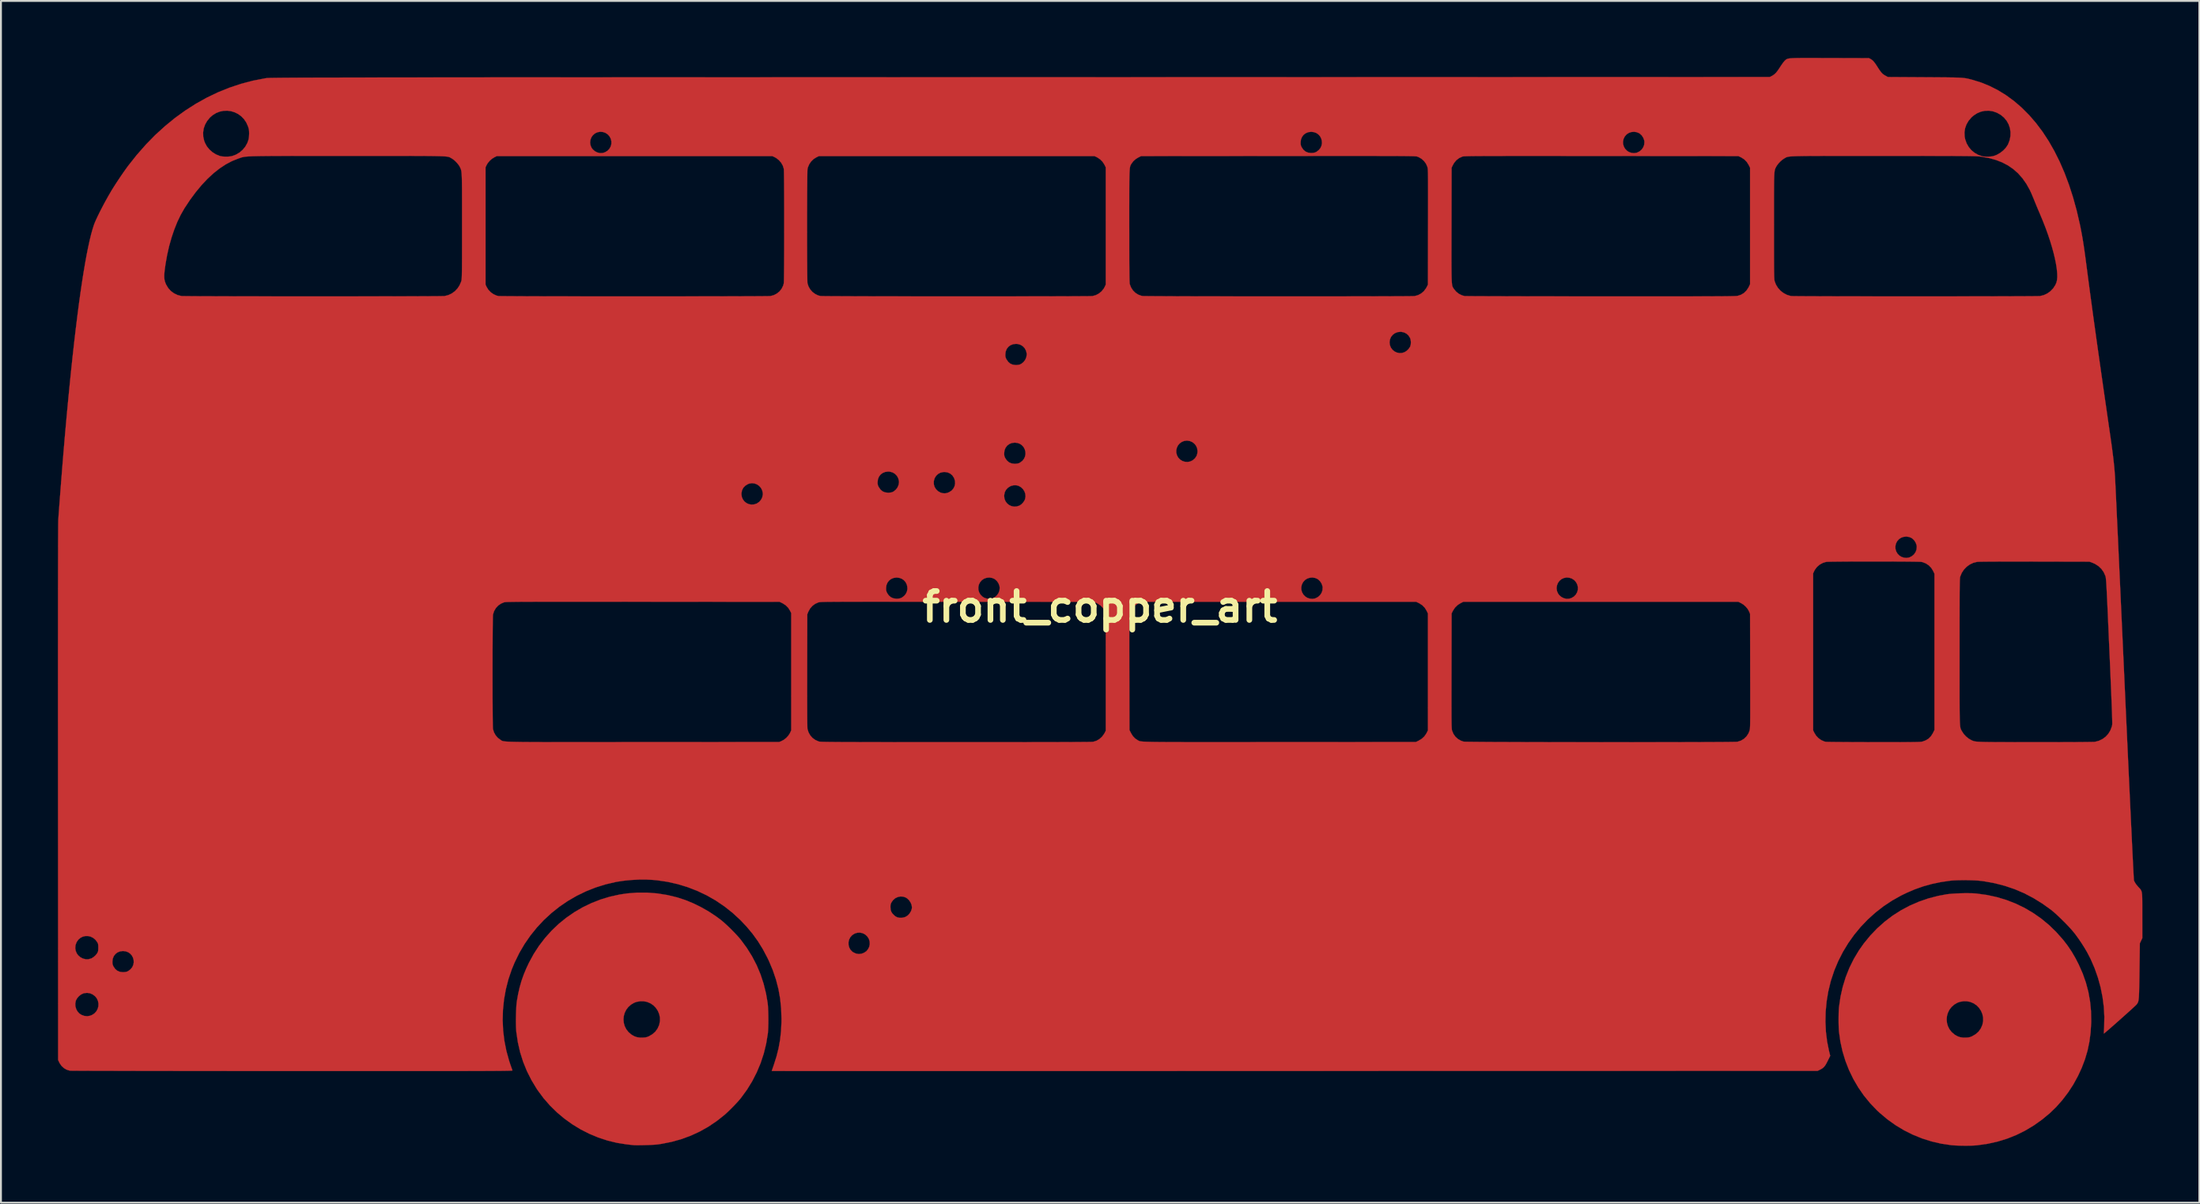
<source format=kicad_pcb>
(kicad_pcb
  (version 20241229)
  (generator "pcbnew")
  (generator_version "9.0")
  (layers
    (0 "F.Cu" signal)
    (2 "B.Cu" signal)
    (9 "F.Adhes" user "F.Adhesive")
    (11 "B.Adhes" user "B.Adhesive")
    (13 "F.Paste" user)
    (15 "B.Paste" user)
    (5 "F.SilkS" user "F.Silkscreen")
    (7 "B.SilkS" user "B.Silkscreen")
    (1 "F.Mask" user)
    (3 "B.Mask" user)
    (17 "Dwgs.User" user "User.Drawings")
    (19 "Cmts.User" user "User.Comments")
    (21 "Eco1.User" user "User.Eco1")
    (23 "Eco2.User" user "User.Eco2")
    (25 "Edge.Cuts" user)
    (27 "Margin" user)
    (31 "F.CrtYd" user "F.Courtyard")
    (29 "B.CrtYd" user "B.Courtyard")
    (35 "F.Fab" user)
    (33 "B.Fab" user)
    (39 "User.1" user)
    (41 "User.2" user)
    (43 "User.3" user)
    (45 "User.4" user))
  (footprint "front_copper_art"
    (layer "F.Cu")
    (at 54.909 28.938)
    (property "Reference" "front_copper_art" (at 0 0 0) (layer "F.SilkS") (effects (font (size 1.524 1.524) (thickness 0.3))))
    (attr through_hole)
    (fp_poly (pts (xy 45.953 15.097) (xy 46.119 15.105) (xy 46.199 15.112) (xy 46.737 15.186) (xy 47.259 15.299) (xy 47.765 15.451) (xy 48.254 15.642) (xy 48.724 15.869) (xy 49.174 16.134) (xy 49.603 16.434) (xy 50.01 16.77) (xy 50.393 17.142) (xy 50.752 17.547) (xy 50.761 17.558) (xy 50.994 17.861) (xy 51.206 18.177) (xy 51.404 18.517) (xy 51.575 18.849) (xy 51.786 19.328) (xy 51.956 19.811) (xy 52.085 20.301) (xy 52.174 20.801) (xy 52.224 21.313) (xy 52.235 21.84) (xy 52.232 21.939) (xy 52.201 22.444) (xy 52.137 22.927) (xy 52.039 23.394) (xy 51.905 23.85) (xy 51.733 24.301) (xy 51.538 24.723) (xy 51.294 25.169) (xy 51.017 25.595) (xy 50.712 25.996) (xy 50.382 26.368) (xy 50.065 26.675) (xy 49.646 27.023) (xy 49.209 27.333) (xy 48.756 27.605) (xy 48.285 27.838) (xy 47.798 28.032) (xy 47.296 28.186) (xy 46.778 28.301) (xy 46.246 28.377) (xy 46.175 28.384) (xy 46.025 28.394) (xy 45.844 28.4) (xy 45.645 28.403) (xy 45.437 28.401) (xy 45.234 28.396) (xy 45.046 28.388) (xy 44.886 28.376) (xy 44.852 28.372) (xy 44.331 28.295) (xy 43.82 28.176) (xy 43.321 28.019) (xy 42.837 27.822) (xy 42.369 27.588) (xy 41.92 27.317) (xy 41.492 27.011) (xy 41.086 26.669) (xy 40.949 26.541) (xy 40.587 26.164) (xy 40.257 25.761) (xy 39.961 25.333) (xy 39.699 24.884) (xy 39.472 24.415) (xy 39.282 23.929) (xy 39.13 23.428) (xy 39.017 22.915) (xy 38.945 22.405) (xy 38.935 22.273) (xy 38.928 22.112) (xy 38.923 21.93) (xy 38.922 21.748) (xy 44.617 21.748) (xy 44.633 21.925) (xy 44.681 22.097) (xy 44.762 22.259) (xy 44.876 22.407) (xy 45.023 22.536) (xy 45.066 22.565) (xy 45.2 22.639) (xy 45.335 22.684) (xy 45.483 22.704) (xy 45.617 22.705) (xy 45.722 22.699) (xy 45.801 22.689) (xy 45.869 22.67) (xy 45.943 22.64) (xy 45.965 22.63) (xy 46.146 22.524) (xy 46.295 22.391) (xy 46.411 22.232) (xy 46.495 22.046) (xy 46.503 22.018) (xy 46.54 21.831) (xy 46.538 21.644) (xy 46.499 21.463) (xy 46.427 21.292) (xy 46.325 21.138) (xy 46.196 21.005) (xy 46.041 20.899) (xy 45.865 20.825) (xy 45.838 20.817) (xy 45.666 20.788) (xy 45.486 20.79) (xy 45.312 20.82) (xy 45.181 20.867) (xy 45.01 20.968) (xy 44.87 21.094) (xy 44.76 21.24) (xy 44.681 21.401) (xy 44.633 21.572) (xy 44.617 21.748) (xy 38.922 21.748) (xy 38.922 21.739) (xy 38.924 21.549) (xy 38.928 21.369) (xy 38.935 21.211) (xy 38.945 21.085) (xy 38.946 21.082) (xy 39.025 20.543) (xy 39.143 20.021) (xy 39.299 19.516) (xy 39.492 19.028) (xy 39.724 18.56) (xy 39.992 18.111) (xy 40.251 17.744) (xy 40.592 17.327) (xy 40.96 16.943) (xy 41.353 16.593) (xy 41.77 16.276) (xy 42.21 15.995) (xy 42.671 15.749) (xy 43.153 15.54) (xy 43.655 15.367) (xy 44.174 15.233) (xy 44.609 15.152) (xy 44.752 15.134) (xy 44.927 15.119) (xy 45.126 15.107) (xy 45.337 15.099) (xy 45.552 15.094) (xy 45.76 15.094) (xy 45.953 15.097)) (stroke (width 0.01) (type solid)) (fill yes) (layer "F.Cu"))
    (fp_poly (pts (xy -23.85 15.063) (xy -23.321 15.105) (xy -22.795 15.189) (xy -22.273 15.315) (xy -22.267 15.317) (xy -21.853 15.452) (xy -21.433 15.624) (xy -21.016 15.829) (xy -20.61 16.061) (xy -20.221 16.318) (xy -19.991 16.489) (xy -19.866 16.591) (xy -19.722 16.719) (xy -19.567 16.864) (xy -19.409 17.019) (xy -19.255 17.177) (xy -19.113 17.328) (xy -18.99 17.466) (xy -18.927 17.543) (xy -18.609 17.974) (xy -18.33 18.421) (xy -18.089 18.885) (xy -17.886 19.367) (xy -17.721 19.868) (xy -17.593 20.389) (xy -17.512 20.86) (xy -17.498 20.989) (xy -17.487 21.151) (xy -17.479 21.337) (xy -17.474 21.539) (xy -17.472 21.747) (xy -17.473 21.952) (xy -17.478 22.146) (xy -17.485 22.318) (xy -17.496 22.461) (xy -17.501 22.5) (xy -17.587 23.026) (xy -17.713 23.542) (xy -17.878 24.045) (xy -18.082 24.532) (xy -18.322 25.001) (xy -18.597 25.449) (xy -18.908 25.875) (xy -18.952 25.929) (xy -19.043 26.037) (xy -19.159 26.164) (xy -19.29 26.302) (xy -19.428 26.442) (xy -19.564 26.576) (xy -19.691 26.695) (xy -19.78 26.775) (xy -20.198 27.106) (xy -20.635 27.401) (xy -21.092 27.657) (xy -21.569 27.876) (xy -22.064 28.058) (xy -22.577 28.201) (xy -23.109 28.306) (xy -23.283 28.332) (xy -23.374 28.342) (xy -23.497 28.351) (xy -23.643 28.359) (xy -23.803 28.366) (xy -23.97 28.371) (xy -24.134 28.375) (xy -24.286 28.377) (xy -24.42 28.377) (xy -24.525 28.375) (xy -24.575 28.372) (xy -24.632 28.366) (xy -24.721 28.356) (xy -24.827 28.344) (xy -24.941 28.331) (xy -24.945 28.331) (xy -25.451 28.251) (xy -25.948 28.13) (xy -26.434 27.971) (xy -26.906 27.774) (xy -27.363 27.542) (xy -27.8 27.275) (xy -28.217 26.976) (xy -28.61 26.646) (xy -28.977 26.286) (xy -29.315 25.899) (xy -29.622 25.485) (xy -29.681 25.398) (xy -29.958 24.938) (xy -30.196 24.464) (xy -30.394 23.976) (xy -30.552 23.474) (xy -30.67 22.957) (xy -30.749 22.426) (xy -30.757 22.342) (xy -30.766 22.215) (xy -30.771 22.057) (xy -30.774 21.878) (xy -30.773 21.748) (xy -25.106 21.748) (xy -25.09 21.925) (xy -25.042 22.097) (xy -24.961 22.259) (xy -24.847 22.407) (xy -24.7 22.536) (xy -24.657 22.565) (xy -24.523 22.639) (xy -24.388 22.684) (xy -24.24 22.704) (xy -24.106 22.705) (xy -24.001 22.699) (xy -23.922 22.689) (xy -23.854 22.67) (xy -23.78 22.64) (xy -23.758 22.63) (xy -23.577 22.524) (xy -23.428 22.391) (xy -23.312 22.232) (xy -23.228 22.046) (xy -23.22 22.018) (xy -23.183 21.831) (xy -23.185 21.644) (xy -23.224 21.463) (xy -23.296 21.292) (xy -23.398 21.138) (xy -23.527 21.005) (xy -23.682 20.899) (xy -23.858 20.825) (xy -23.885 20.817) (xy -24.057 20.788) (xy -24.237 20.79) (xy -24.411 20.82) (xy -24.542 20.867) (xy -24.713 20.968) (xy -24.853 21.094) (xy -24.963 21.24) (xy -25.042 21.401) (xy -25.09 21.572) (xy -25.106 21.748) (xy -30.773 21.748) (xy -30.773 21.685) (xy -30.769 21.488) (xy -30.763 21.295) (xy -30.754 21.115) (xy -30.743 20.956) (xy -30.73 20.827) (xy -30.724 20.786) (xy -30.655 20.401) (xy -30.574 20.046) (xy -30.478 19.71) (xy -30.362 19.382) (xy -30.224 19.051) (xy -30.089 18.764) (xy -29.837 18.3) (xy -29.552 17.861) (xy -29.236 17.45) (xy -28.891 17.066) (xy -28.519 16.711) (xy -28.121 16.388) (xy -27.699 16.096) (xy -27.255 15.837) (xy -26.792 15.613) (xy -26.31 15.425) (xy -25.812 15.274) (xy -25.299 15.162) (xy -24.911 15.104) (xy -24.38 15.062) (xy -23.85 15.063)) (stroke (width 0.01) (type solid)) (fill yes) (layer "F.Cu"))
    (fp_poly (pts (xy 37.649 -28.932) (xy 37.943 -28.931) (xy 38.276 -28.93) (xy 38.451 -28.93) (xy 40.524 -28.924) (xy 40.608 -28.878) (xy 40.674 -28.837) (xy 40.736 -28.784) (xy 40.799 -28.712) (xy 40.87 -28.616) (xy 40.954 -28.489) (xy 40.966 -28.469) (xy 41.052 -28.336) (xy 41.124 -28.234) (xy 41.186 -28.156) (xy 41.246 -28.096) (xy 41.307 -28.048) (xy 41.377 -28.006) (xy 41.384 -28.003) (xy 41.518 -27.929) (xy 43.466 -27.917) (xy 43.804 -27.915) (xy 44.102 -27.913) (xy 44.364 -27.911) (xy 44.593 -27.909) (xy 44.792 -27.906) (xy 44.964 -27.904) (xy 45.112 -27.9) (xy 45.239 -27.896) (xy 45.348 -27.89) (xy 45.442 -27.884) (xy 45.524 -27.876) (xy 45.598 -27.866) (xy 45.665 -27.855) (xy 45.73 -27.842) (xy 45.796 -27.826) (xy 45.864 -27.809) (xy 45.94 -27.789) (xy 46.01 -27.77) (xy 46.448 -27.633) (xy 46.882 -27.455) (xy 47.308 -27.239) (xy 47.721 -26.987) (xy 47.752 -26.966) (xy 48.176 -26.655) (xy 48.58 -26.306) (xy 48.964 -25.921) (xy 49.327 -25.5) (xy 49.67 -25.044) (xy 49.992 -24.552) (xy 50.292 -24.026) (xy 50.572 -23.466) (xy 50.829 -22.872) (xy 51.064 -22.245) (xy 51.277 -21.585) (xy 51.467 -20.894) (xy 51.635 -20.17) (xy 51.665 -20.024) (xy 51.702 -19.836) (xy 51.737 -19.65) (xy 51.771 -19.461) (xy 51.804 -19.263) (xy 51.837 -19.052) (xy 51.871 -18.821) (xy 51.907 -18.567) (xy 51.945 -18.283) (xy 51.987 -17.965) (xy 52.007 -17.812) (xy 52.062 -17.388) (xy 52.122 -16.936) (xy 52.186 -16.456) (xy 52.255 -15.947) (xy 52.329 -15.407) (xy 52.408 -14.835) (xy 52.492 -14.23) (xy 52.582 -13.591) (xy 52.678 -12.917) (xy 52.779 -12.207) (xy 52.886 -11.459) (xy 53 -10.672) (xy 53.119 -9.846) (xy 53.232 -9.07) (xy 53.283 -8.715) (xy 53.327 -8.396) (xy 53.364 -8.107) (xy 53.397 -7.843) (xy 53.424 -7.598) (xy 53.448 -7.367) (xy 53.467 -7.142) (xy 53.484 -6.92) (xy 53.488 -6.869) (xy 53.49 -6.826) (xy 53.494 -6.742) (xy 53.5 -6.619) (xy 53.508 -6.458) (xy 53.518 -6.259) (xy 53.529 -6.025) (xy 53.542 -5.756) (xy 53.556 -5.455) (xy 53.571 -5.122) (xy 53.588 -4.758) (xy 53.606 -4.366) (xy 53.626 -3.946) (xy 53.647 -3.5) (xy 53.668 -3.028) (xy 53.691 -2.533) (xy 53.715 -2.016) (xy 53.74 -1.477) (xy 53.766 -0.919) (xy 53.792 -0.343) (xy 53.819 0.251) (xy 53.847 0.86) (xy 53.876 1.483) (xy 53.905 2.12) (xy 53.934 2.768) (xy 53.965 3.427) (xy 53.986 3.905) (xy 54.02 4.634) (xy 54.052 5.345) (xy 54.084 6.037) (xy 54.115 6.709) (xy 54.145 7.36) (xy 54.174 7.99) (xy 54.202 8.596) (xy 54.229 9.178) (xy 54.255 9.736) (xy 54.28 10.267) (xy 54.304 10.772) (xy 54.326 11.248) (xy 54.348 11.695) (xy 54.368 12.112) (xy 54.386 12.498) (xy 54.403 12.852) (xy 54.419 13.172) (xy 54.433 13.458) (xy 54.446 13.709) (xy 54.457 13.923) (xy 54.466 14.1) (xy 54.474 14.239) (xy 54.479 14.338) (xy 54.483 14.397) (xy 54.485 14.415) (xy 54.529 14.514) (xy 54.6 14.624) (xy 54.704 14.75) (xy 54.73 14.778) (xy 54.77 14.821) (xy 54.805 14.859) (xy 54.834 14.895) (xy 54.858 14.932) (xy 54.878 14.973) (xy 54.893 15.024) (xy 54.905 15.087) (xy 54.914 15.165) (xy 54.92 15.263) (xy 54.924 15.385) (xy 54.926 15.532) (xy 54.927 15.71) (xy 54.927 15.922) (xy 54.927 16.171) (xy 54.927 16.269) (xy 54.928 17.458) (xy 54.862 17.597) (xy 54.797 17.737) (xy 54.777 19.193) (xy 54.773 19.49) (xy 54.769 19.749) (xy 54.765 19.971) (xy 54.761 20.16) (xy 54.757 20.319) (xy 54.751 20.452) (xy 54.745 20.561) (xy 54.738 20.65) (xy 54.729 20.721) (xy 54.718 20.778) (xy 54.705 20.823) (xy 54.689 20.861) (xy 54.671 20.894) (xy 54.651 20.925) (xy 54.627 20.957) (xy 54.625 20.959) (xy 54.6 20.985) (xy 54.548 21.035) (xy 54.473 21.105) (xy 54.377 21.193) (xy 54.265 21.295) (xy 54.14 21.407) (xy 54.006 21.528) (xy 53.865 21.653) (xy 53.723 21.781) (xy 53.581 21.906) (xy 53.443 22.028) (xy 53.314 22.141) (xy 53.196 22.244) (xy 53.093 22.333) (xy 53.009 22.405) (xy 52.946 22.458) (xy 52.909 22.486) (xy 52.901 22.491) (xy 52.9 22.47) (xy 52.902 22.412) (xy 52.906 22.327) (xy 52.912 22.219) (xy 52.918 22.11) (xy 52.928 21.6) (xy 52.898 21.082) (xy 52.831 20.562) (xy 52.727 20.045) (xy 52.586 19.536) (xy 52.411 19.039) (xy 52.203 18.56) (xy 52.015 18.198) (xy 51.884 17.975) (xy 51.733 17.736) (xy 51.572 17.498) (xy 51.411 17.276) (xy 51.359 17.209) (xy 51.263 17.091) (xy 51.141 16.953) (xy 51 16.801) (xy 50.847 16.642) (xy 50.687 16.483) (xy 50.529 16.33) (xy 50.378 16.19) (xy 50.241 16.069) (xy 50.125 15.973) (xy 50.123 15.972) (xy 49.659 15.639) (xy 49.186 15.347) (xy 48.702 15.094) (xy 48.204 14.881) (xy 47.69 14.707) (xy 47.159 14.569) (xy 46.608 14.468) (xy 46.429 14.444) (xy 46.285 14.429) (xy 46.111 14.418) (xy 45.914 14.411) (xy 45.704 14.406) (xy 45.492 14.405) (xy 45.285 14.407) (xy 45.095 14.413) (xy 44.929 14.422) (xy 44.82 14.432) (xy 44.318 14.505) (xy 43.843 14.604) (xy 43.386 14.731) (xy 42.94 14.888) (xy 42.495 15.079) (xy 42.224 15.211) (xy 41.749 15.477) (xy 41.296 15.777) (xy 40.868 16.11) (xy 40.465 16.473) (xy 40.09 16.864) (xy 39.745 17.282) (xy 39.431 17.723) (xy 39.15 18.187) (xy 38.904 18.67) (xy 38.694 19.171) (xy 38.523 19.687) (xy 38.505 19.748) (xy 38.379 20.27) (xy 38.291 20.8) (xy 38.241 21.333) (xy 38.229 21.866) (xy 38.254 22.394) (xy 38.318 22.912) (xy 38.42 23.418) (xy 38.43 23.457) (xy 38.481 23.663) (xy 38.354 23.922) (xy 38.284 24.058) (xy 38.223 24.162) (xy 38.163 24.24) (xy 38.099 24.301) (xy 38.025 24.352) (xy 37.952 24.391) (xy 37.815 24.458) (xy 10.261 24.463) (xy 9.181 24.464) (xy 8.112 24.464) (xy 7.053 24.464) (xy 6.007 24.464) (xy 4.972 24.464) (xy 3.951 24.465) (xy 2.945 24.465) (xy 1.953 24.465) (xy 0.977 24.465) (xy 0.017 24.465) (xy -0.925 24.465) (xy -1.85 24.465) (xy -2.755 24.465) (xy -3.641 24.465) (xy -4.507 24.465) (xy -5.351 24.466) (xy -6.173 24.466) (xy -6.973 24.466) (xy -7.749 24.466) (xy -8.501 24.466) (xy -9.227 24.466) (xy -9.928 24.466) (xy -10.602 24.466) (xy -11.248 24.466) (xy -11.867 24.466) (xy -12.456 24.466) (xy -13.015 24.465) (xy -13.544 24.465) (xy -14.042 24.465) (xy -14.507 24.465) (xy -14.939 24.465) (xy -15.338 24.465) (xy -15.701 24.465) (xy -16.03 24.465) (xy -16.323 24.465) (xy -16.578 24.465) (xy -16.796 24.464) (xy -16.976 24.464) (xy -17.116 24.464) (xy -17.216 24.464) (xy -17.275 24.464) (xy -17.293 24.463) (xy -17.287 24.443) (xy -17.268 24.389) (xy -17.241 24.309) (xy -17.207 24.211) (xy -17.187 24.153) (xy -17.044 23.704) (xy -16.933 23.265) (xy -16.854 22.825) (xy -16.804 22.374) (xy -16.781 21.904) (xy -16.779 21.717) (xy -16.797 21.174) (xy -16.85 20.652) (xy -16.94 20.144) (xy -17.068 19.648) (xy -17.234 19.157) (xy -17.44 18.667) (xy -17.525 18.489) (xy -17.762 18.042) (xy -17.989 17.674) (xy -13.248 17.674) (xy -13.246 17.812) (xy -13.214 17.944) (xy -13.151 18.065) (xy -13.058 18.166) (xy -13.003 18.206) (xy -12.858 18.274) (xy -12.711 18.299) (xy -12.563 18.283) (xy -12.432 18.234) (xy -12.312 18.154) (xy -12.22 18.046) (xy -12.158 17.92) (xy -12.128 17.781) (xy -12.134 17.639) (xy -12.177 17.5) (xy -12.183 17.488) (xy -12.268 17.361) (xy -12.377 17.265) (xy -12.502 17.201) (xy -12.638 17.171) (xy -12.778 17.176) (xy -12.916 17.217) (xy -13.045 17.297) (xy -13.06 17.309) (xy -13.155 17.416) (xy -13.217 17.54) (xy -13.248 17.674) (xy -17.989 17.674) (xy -18.019 17.626) (xy -18.303 17.232) (xy -18.619 16.853) (xy -18.954 16.499) (xy -19.359 16.126) (xy -19.729 15.833) (xy -11.038 15.833) (xy -11.028 15.961) (xy -10.994 16.069) (xy -10.933 16.166) (xy -10.839 16.261) (xy -10.767 16.319) (xy -10.673 16.366) (xy -10.557 16.389) (xy -10.429 16.388) (xy -10.303 16.362) (xy -10.223 16.33) (xy -10.113 16.254) (xy -10.021 16.15) (xy -9.951 16.03) (xy -9.912 15.903) (xy -9.906 15.834) (xy -9.925 15.707) (xy -9.979 15.579) (xy -10.059 15.461) (xy -10.16 15.366) (xy -10.231 15.321) (xy -10.366 15.274) (xy -10.507 15.265) (xy -10.646 15.292) (xy -10.776 15.352) (xy -10.888 15.443) (xy -10.973 15.557) (xy -11.008 15.626) (xy -11.028 15.686) (xy -11.037 15.755) (xy -11.038 15.833) (xy -19.729 15.833) (xy -19.789 15.786) (xy -20.242 15.479) (xy -20.716 15.208) (xy -21.21 14.973) (xy -21.72 14.775) (xy -22.245 14.615) (xy -22.782 14.494) (xy -23.33 14.412) (xy -23.548 14.392) (xy -23.907 14.374) (xy -24.289 14.375) (xy -24.68 14.395) (xy -25.063 14.432) (xy -25.426 14.486) (xy -25.506 14.5) (xy -26.046 14.626) (xy -26.571 14.79) (xy -27.079 14.991) (xy -27.567 15.228) (xy -28.036 15.5) (xy -28.481 15.804) (xy -28.903 16.14) (xy -29.3 16.506) (xy -29.669 16.901) (xy -30.009 17.323) (xy -30.319 17.771) (xy -30.596 18.243) (xy -30.839 18.739) (xy -30.994 19.113) (xy -31.17 19.632) (xy -31.305 20.161) (xy -31.401 20.699) (xy -31.456 21.241) (xy -31.472 21.786) (xy -31.447 22.33) (xy -31.382 22.871) (xy -31.276 23.406) (xy -31.131 23.931) (xy -31.075 24.098) (xy -31.038 24.206) (xy -31.004 24.301) (xy -30.977 24.376) (xy -30.96 24.423) (xy -30.957 24.432) (xy -30.957 24.434) (xy -30.961 24.437) (xy -30.968 24.439) (xy -30.982 24.442) (xy -31.002 24.444) (xy -31.029 24.446) (xy -31.065 24.448) (xy -31.11 24.449) (xy -31.166 24.451) (xy -31.234 24.453) (xy -31.314 24.454) (xy -31.409 24.456) (xy -31.518 24.457) (xy -31.642 24.458) (xy -31.784 24.459) (xy -31.943 24.46) (xy -32.122 24.461) (xy -32.32 24.462) (xy -32.539 24.463) (xy -32.781 24.463) (xy -33.045 24.464) (xy -33.334 24.465) (xy -33.647 24.465) (xy -33.987 24.466) (xy -34.354 24.466) (xy -34.749 24.466) (xy -35.174 24.466) (xy -35.629 24.467) (xy -36.115 24.467) (xy -36.634 24.467) (xy -37.186 24.467) (xy -37.773 24.467) (xy -38.395 24.467) (xy -39.053 24.467) (xy -39.75 24.467) (xy -40.485 24.467) (xy -41.259 24.466) (xy -42.074 24.466) (xy -42.559 24.466) (xy -43.259 24.466) (xy -43.949 24.466) (xy -44.627 24.465) (xy -45.293 24.465) (xy -45.944 24.465) (xy -46.581 24.464) (xy -47.201 24.464) (xy -47.804 24.463) (xy -48.387 24.463) (xy -48.951 24.462) (xy -49.493 24.461) (xy -50.013 24.461) (xy -50.509 24.46) (xy -50.98 24.459) (xy -51.425 24.458) (xy -51.843 24.457) (xy -52.232 24.456) (xy -52.591 24.456) (xy -52.919 24.455) (xy -53.214 24.454) (xy -53.477 24.453) (xy -53.704 24.452) (xy -53.895 24.451) (xy -54.05 24.45) (xy -54.165 24.449) (xy -54.241 24.448) (xy -54.277 24.447) (xy -54.279 24.446) (xy -54.442 24.398) (xy -54.59 24.313) (xy -54.717 24.196) (xy -54.818 24.05) (xy -54.839 24.007) (xy -54.896 23.887) (xy -54.897 20.909) (xy -53.992 20.909) (xy -53.985 21.057) (xy -53.944 21.199) (xy -53.874 21.327) (xy -53.778 21.433) (xy -53.67 21.505) (xy -53.513 21.561) (xy -53.361 21.577) (xy -53.21 21.551) (xy -53.113 21.513) (xy -52.985 21.431) (xy -52.885 21.323) (xy -52.815 21.197) (xy -52.776 21.059) (xy -52.77 20.916) (xy -52.796 20.774) (xy -52.856 20.64) (xy -52.948 20.525) (xy -53.078 20.427) (xy -53.222 20.366) (xy -53.376 20.346) (xy -53.533 20.365) (xy -53.565 20.374) (xy -53.686 20.431) (xy -53.798 20.518) (xy -53.892 20.626) (xy -53.957 20.743) (xy -53.964 20.762) (xy -53.992 20.909) (xy -54.897 20.909) (xy -54.898 18.701) (xy -52.036 18.701) (xy -52.033 18.792) (xy -52.02 18.861) (xy -51.992 18.929) (xy -51.975 18.962) (xy -51.885 19.09) (xy -51.775 19.181) (xy -51.644 19.236) (xy -51.49 19.255) (xy -51.443 19.254) (xy -51.34 19.245) (xy -51.262 19.224) (xy -51.199 19.193) (xy -51.078 19.101) (xy -50.991 18.992) (xy -50.936 18.871) (xy -50.912 18.743) (xy -50.918 18.615) (xy -50.951 18.492) (xy -51.011 18.378) (xy -51.096 18.281) (xy -51.204 18.205) (xy -51.335 18.157) (xy -51.478 18.14) (xy -51.632 18.159) (xy -51.767 18.214) (xy -51.879 18.3) (xy -51.964 18.413) (xy -52.018 18.549) (xy -52.036 18.701) (xy -54.898 18.701) (xy -54.898 17.985) (xy -53.994 17.985) (xy -53.969 18.135) (xy -53.907 18.276) (xy -53.844 18.361) (xy -53.727 18.466) (xy -53.592 18.537) (xy -53.447 18.573) (xy -53.299 18.573) (xy -53.156 18.534) (xy -53.123 18.519) (xy -53.011 18.446) (xy -52.908 18.35) (xy -52.83 18.244) (xy -52.825 18.235) (xy -52.801 18.183) (xy -52.787 18.124) (xy -52.781 18.047) (xy -52.779 17.96) (xy -52.781 17.864) (xy -52.787 17.796) (xy -52.8 17.745) (xy -52.823 17.695) (xy -52.835 17.674) (xy -52.933 17.545) (xy -53.05 17.448) (xy -53.181 17.383) (xy -53.319 17.351) (xy -53.459 17.351) (xy -53.595 17.383) (xy -53.721 17.447) (xy -53.832 17.543) (xy -53.921 17.672) (xy -53.926 17.682) (xy -53.98 17.832) (xy -53.994 17.985) (xy -54.898 17.985) (xy -54.902 9.8) (xy -54.903 8.781) (xy -54.903 7.803) (xy -54.903 6.867) (xy -54.904 5.972) (xy -54.904 5.117) (xy -54.904 4.302) (xy -54.904 3.707) (xy -32.005 3.707) (xy -32.005 4.018) (xy -32.004 4.323) (xy -32.004 4.619) (xy -32.003 4.903) (xy -32.001 5.173) (xy -32 5.425) (xy -31.998 5.655) (xy -31.996 5.862) (xy -31.994 6.043) (xy -31.992 6.193) (xy -31.989 6.311) (xy -31.986 6.392) (xy -31.983 6.435) (xy -31.983 6.437) (xy -31.929 6.614) (xy -31.841 6.772) (xy -31.723 6.907) (xy -31.599 7) (xy -31.58 7.012) (xy -31.565 7.023) (xy -31.551 7.033) (xy -31.537 7.043) (xy -31.522 7.052) (xy -31.505 7.061) (xy -31.483 7.068) (xy -31.457 7.075) (xy -31.424 7.082) (xy -31.384 7.088) (xy -31.334 7.094) (xy -31.273 7.099) (xy -31.201 7.103) (xy -31.116 7.107) (xy -31.016 7.111) (xy -30.9 7.114) (xy -30.767 7.117) (xy -30.615 7.119) (xy -30.444 7.122) (xy -30.251 7.123) (xy -30.036 7.125) (xy -29.797 7.126) (xy -29.532 7.127) (xy -29.241 7.128) (xy -28.922 7.128) (xy -28.574 7.129) (xy -28.195 7.129) (xy -27.784 7.129) (xy -27.34 7.129) (xy -26.861 7.128) (xy -26.346 7.128) (xy -25.794 7.128) (xy -25.204 7.127) (xy -24.573 7.127) (xy -24.077 7.127) (xy -16.902 7.123) (xy -16.778 7.073) (xy -16.651 7.004) (xy -16.528 6.905) (xy -16.419 6.787) (xy -16.338 6.662) (xy -16.328 6.642) (xy -16.267 6.509) (xy -16.267 4.282) (xy -15.427 4.282) (xy -15.427 4.685) (xy -15.426 5.047) (xy -15.425 5.367) (xy -15.424 5.645) (xy -15.423 5.882) (xy -15.42 6.077) (xy -15.418 6.23) (xy -15.415 6.341) (xy -15.412 6.411) (xy -15.41 6.433) (xy -15.356 6.611) (xy -15.267 6.77) (xy -15.147 6.906) (xy -15 7.014) (xy -14.831 7.089) (xy -14.795 7.099) (xy -14.78 7.102) (xy -14.758 7.105) (xy -14.726 7.107) (xy -14.683 7.11) (xy -14.628 7.112) (xy -14.56 7.114) (xy -14.478 7.116) (xy -14.379 7.118) (xy -14.264 7.119) (xy -14.13 7.121) (xy -13.976 7.122) (xy -13.801 7.123) (xy -13.604 7.125) (xy -13.383 7.126) (xy -13.137 7.126) (xy -12.865 7.127) (xy -12.565 7.128) (xy -12.236 7.129) (xy -11.877 7.129) (xy -11.487 7.13) (xy -11.063 7.13) (xy -10.606 7.131) (xy -10.113 7.131) (xy -9.583 7.131) (xy -9.015 7.131) (xy -8.408 7.132) (xy -7.76 7.132) (xy -7.575 7.132) (xy -6.82 7.132) (xy -6.106 7.132) (xy -5.434 7.132) (xy -4.803 7.131) (xy -4.214 7.131) (xy -3.667 7.13) (xy -3.161 7.129) (xy -2.697 7.129) (xy -2.274 7.128) (xy -1.894 7.126) (xy -1.555 7.125) (xy -1.258 7.124) (xy -1.004 7.122) (xy -0.791 7.12) (xy -0.62 7.119) (xy -0.492 7.117) (xy -0.406 7.115) (xy -0.362 7.112) (xy -0.357 7.112) (xy -0.183 7.058) (xy -0.025 6.967) (xy 0.112 6.843) (xy 0.222 6.69) (xy 0.24 6.659) (xy 0.307 6.53) (xy 0.307 1.737) (xy 1.548 1.737) (xy 1.548 2.015) (xy 1.548 2.327) (xy 1.549 2.674) (xy 1.549 3.06) (xy 1.55 3.485) (xy 1.556 6.49) (xy 1.636 6.651) (xy 1.736 6.812) (xy 1.86 6.941) (xy 1.995 7.03) (xy 2.012 7.039) (xy 2.027 7.048) (xy 2.041 7.056) (xy 2.056 7.063) (xy 2.074 7.07) (xy 2.094 7.077) (xy 2.119 7.083) (xy 2.151 7.088) (xy 2.19 7.093) (xy 2.237 7.098) (xy 2.295 7.102) (xy 2.365 7.106) (xy 2.447 7.109) (xy 2.543 7.112) (xy 2.655 7.115) (xy 2.784 7.118) (xy 2.93 7.12) (xy 3.097 7.122) (xy 3.284 7.123) (xy 3.494 7.125) (xy 3.727 7.126) (xy 3.985 7.127) (xy 4.269 7.127) (xy 4.581 7.128) (xy 4.922 7.128) (xy 5.294 7.128) (xy 5.697 7.128) (xy 6.133 7.128) (xy 6.603 7.128) (xy 7.109 7.128) (xy 7.652 7.128) (xy 8.234 7.127) (xy 8.855 7.127) (xy 9.472 7.127) (xy 16.648 7.123) (xy 16.79 7.055) (xy 16.957 6.955) (xy 17.095 6.827) (xy 17.2 6.676) (xy 17.214 6.649) (xy 17.283 6.51) (xy 17.283 5.099) (xy 18.524 5.099) (xy 18.524 5.34) (xy 18.525 5.551) (xy 18.525 5.735) (xy 18.526 5.893) (xy 18.528 6.027) (xy 18.529 6.14) (xy 18.531 6.234) (xy 18.534 6.31) (xy 18.537 6.372) (xy 18.54 6.42) (xy 18.543 6.458) (xy 18.547 6.486) (xy 18.552 6.508) (xy 18.554 6.518) (xy 18.626 6.693) (xy 18.731 6.843) (xy 18.866 6.965) (xy 19.027 7.056) (xy 19.166 7.103) (xy 19.197 7.106) (xy 19.268 7.108) (xy 19.378 7.11) (xy 19.524 7.112) (xy 19.705 7.114) (xy 19.919 7.116) (xy 20.164 7.118) (xy 20.438 7.12) (xy 20.739 7.122) (xy 21.065 7.123) (xy 21.414 7.124) (xy 21.785 7.126) (xy 22.176 7.127) (xy 22.584 7.128) (xy 23.007 7.129) (xy 23.445 7.13) (xy 23.894 7.131) (xy 24.354 7.132) (xy 24.821 7.132) (xy 25.295 7.133) (xy 25.773 7.133) (xy 26.254 7.133) (xy 26.735 7.134) (xy 27.214 7.134) (xy 27.691 7.134) (xy 28.162 7.133) (xy 28.626 7.133) (xy 29.081 7.133) (xy 29.525 7.132) (xy 29.956 7.132) (xy 30.373 7.131) (xy 30.773 7.13) (xy 31.154 7.129) (xy 31.515 7.128) (xy 31.854 7.127) (xy 32.169 7.126) (xy 32.457 7.124) (xy 32.717 7.123) (xy 32.948 7.121) (xy 33.147 7.119) (xy 33.312 7.117) (xy 33.441 7.115) (xy 33.533 7.113) (xy 33.585 7.111) (xy 33.596 7.109) (xy 33.777 7.051) (xy 33.934 6.957) (xy 34.066 6.832) (xy 34.169 6.677) (xy 34.225 6.544) (xy 34.231 6.525) (xy 34.237 6.507) (xy 34.242 6.485) (xy 34.246 6.459) (xy 34.25 6.426) (xy 34.253 6.384) (xy 34.256 6.331) (xy 34.259 6.264) (xy 34.261 6.183) (xy 34.263 6.083) (xy 34.264 5.964) (xy 34.265 5.824) (xy 34.266 5.659) (xy 34.266 5.468) (xy 34.266 5.249) (xy 34.266 5) (xy 34.266 4.719) (xy 34.266 4.402) (xy 34.265 4.049) (xy 34.264 3.657) (xy 34.264 3.392) (xy 34.258 0.37) (xy 34.209 0.248) (xy 34.136 0.115) (xy 34.032 -0.011) (xy 33.908 -0.121) (xy 33.786 -0.195) (xy 33.645 -0.265) (xy 19.144 -0.265) (xy 19.007 -0.197) (xy 18.847 -0.095) (xy 18.711 0.039) (xy 18.606 0.197) (xy 18.599 0.211) (xy 18.531 0.348) (xy 18.526 3.375) (xy 18.525 3.796) (xy 18.525 4.177) (xy 18.524 4.519) (xy 18.524 4.826) (xy 18.524 5.099) (xy 17.283 5.099) (xy 17.283 0.349) (xy 17.215 0.207) (xy 17.117 0.048) (xy 16.986 -0.086) (xy 16.827 -0.189) (xy 16.806 -0.199) (xy 16.669 -0.265) (xy 2.17 -0.265) (xy 2.049 -0.208) (xy 1.929 -0.137) (xy 1.812 -0.041) (xy 1.713 0.065) (xy 1.662 0.138) (xy 1.646 0.165) (xy 1.632 0.19) (xy 1.619 0.214) (xy 1.607 0.241) (xy 1.597 0.272) (xy 1.588 0.309) (xy 1.58 0.354) (xy 1.573 0.41) (xy 1.567 0.479) (xy 1.562 0.562) (xy 1.558 0.662) (xy 1.554 0.781) (xy 1.552 0.922) (xy 1.55 1.085) (xy 1.549 1.274) (xy 1.548 1.491) (xy 1.548 1.737) (xy 0.307 1.737) (xy 0.307 0.328) (xy 0.248 0.209) (xy 0.155 0.055) (xy 0.039 -0.068) (xy -0.107 -0.166) (xy -0.143 -0.185) (xy -0.305 -0.265) (xy -7.502 -0.27) (xy -8.158 -0.271) (xy -8.772 -0.271) (xy -9.346 -0.272) (xy -9.883 -0.272) (xy -10.382 -0.272) (xy -10.846 -0.272) (xy -11.276 -0.273) (xy -11.672 -0.273) (xy -12.037 -0.273) (xy -12.372 -0.273) (xy -12.679 -0.272) (xy -12.957 -0.272) (xy -13.21 -0.272) (xy -13.438 -0.271) (xy -13.642 -0.27) (xy -13.824 -0.269) (xy -13.986 -0.268) (xy -14.128 -0.267) (xy -14.252 -0.266) (xy -14.36 -0.265) (xy -14.452 -0.263) (xy -14.53 -0.261) (xy -14.596 -0.259) (xy -14.651 -0.257) (xy -14.695 -0.255) (xy -14.731 -0.252) (xy -14.76 -0.249) (xy -14.782 -0.246) (xy -14.801 -0.243) (xy -14.816 -0.24) (xy -14.829 -0.236) (xy -14.838 -0.234) (xy -15.003 -0.161) (xy -15.149 -0.054) (xy -15.27 0.084) (xy -15.362 0.249) (xy -15.371 0.269) (xy -15.42 0.392) (xy -15.426 3.353) (xy -15.426 3.838) (xy -15.427 4.282) (xy -16.267 4.282) (xy -16.267 0.328) (xy -16.329 0.202) (xy -16.425 0.05) (xy -16.554 -0.08) (xy -16.708 -0.182) (xy -16.738 -0.197) (xy -16.88 -0.265) (xy -24.077 -0.27) (xy -24.736 -0.27) (xy -25.354 -0.271) (xy -25.933 -0.271) (xy -26.473 -0.272) (xy -26.976 -0.272) (xy -27.444 -0.272) (xy -27.877 -0.272) (xy -28.277 -0.272) (xy -28.646 -0.272) (xy -28.984 -0.272) (xy -29.293 -0.271) (xy -29.574 -0.271) (xy -29.829 -0.27) (xy -30.058 -0.269) (xy -30.264 -0.269) (xy -30.448 -0.268) (xy -30.61 -0.267) (xy -30.752 -0.265) (xy -30.876 -0.264) (xy -30.983 -0.262) (xy -31.074 -0.261) (xy -31.151 -0.259) (xy -31.214 -0.257) (xy -31.266 -0.255) (xy -31.307 -0.252) (xy -31.339 -0.25) (xy -31.363 -0.247) (xy -31.38 -0.244) (xy -31.39 -0.242) (xy -31.56 -0.172) (xy -31.708 -0.068) (xy -31.831 0.065) (xy -31.923 0.223) (xy -31.98 0.398) (xy -31.983 0.434) (xy -31.987 0.51) (xy -31.989 0.623) (xy -31.992 0.768) (xy -31.994 0.944) (xy -31.996 1.147) (xy -31.998 1.375) (xy -32 1.623) (xy -32.001 1.89) (xy -32.003 2.172) (xy -32.004 2.467) (xy -32.004 2.771) (xy -32.005 3.081) (xy -32.005 3.394) (xy -32.005 3.707) (xy -54.904 3.707) (xy -54.904 3.526) (xy -54.904 2.789) (xy -54.904 2.09) (xy -54.903 1.429) (xy -54.903 0.805) (xy -54.903 0.218) (xy -54.902 -0.332) (xy -54.902 -0.847) (xy -54.902 -0.984) (xy -11.269 -0.984) (xy -11.266 -0.893) (xy -11.253 -0.824) (xy -11.225 -0.756) (xy -11.208 -0.723) (xy -11.118 -0.595) (xy -11.008 -0.504) (xy -10.877 -0.449) (xy -10.723 -0.43) (xy -10.676 -0.431) (xy -10.573 -0.44) (xy -10.495 -0.461) (xy -10.432 -0.492) (xy -10.311 -0.584) (xy -10.224 -0.693) (xy -10.169 -0.814) (xy -10.145 -0.942) (xy -10.149 -1.036) (xy -6.408 -1.036) (xy -6.404 -0.898) (xy -6.365 -0.766) (xy -6.295 -0.645) (xy -6.193 -0.542) (xy -6.092 -0.478) (xy -5.966 -0.436) (xy -5.828 -0.422) (xy -5.697 -0.44) (xy -5.671 -0.448) (xy -5.536 -0.515) (xy -5.426 -0.611) (xy -5.344 -0.729) (xy -5.295 -0.863) (xy -5.281 -1.007) (xy -5.285 -1.036) (xy 10.61 -1.036) (xy 10.614 -0.898) (xy 10.653 -0.766) (xy 10.723 -0.645) (xy 10.825 -0.542) (xy 10.926 -0.478) (xy 11.052 -0.436) (xy 11.19 -0.422) (xy 11.321 -0.44) (xy 11.347 -0.448) (xy 11.482 -0.515) (xy 11.592 -0.611) (xy 11.674 -0.729) (xy 11.723 -0.863) (xy 11.734 -0.979) (xy 24.064 -0.979) (xy 24.083 -0.84) (xy 24.138 -0.708) (xy 24.201 -0.621) (xy 24.314 -0.522) (xy 24.444 -0.456) (xy 24.584 -0.424) (xy 24.727 -0.43) (xy 24.85 -0.467) (xy 24.98 -0.547) (xy 25.079 -0.651) (xy 25.147 -0.772) (xy 25.183 -0.904) (xy 25.185 -1.041) (xy 25.153 -1.177) (xy 25.086 -1.304) (xy 24.991 -1.411) (xy 24.869 -1.491) (xy 24.732 -1.536) (xy 24.589 -1.547) (xy 24.447 -1.521) (xy 24.325 -1.464) (xy 24.211 -1.368) (xy 24.129 -1.25) (xy 24.08 -1.118) (xy 24.064 -0.979) (xy 11.734 -0.979) (xy 11.737 -1.007) (xy 11.725 -1.097) (xy 11.677 -1.232) (xy 11.596 -1.355) (xy 11.491 -1.452) (xy 11.464 -1.47) (xy 11.336 -1.525) (xy 11.194 -1.546) (xy 11.051 -1.533) (xy 10.916 -1.487) (xy 10.803 -1.413) (xy 10.703 -1.3) (xy 10.639 -1.172) (xy 10.61 -1.036) (xy -5.285 -1.036) (xy -5.293 -1.097) (xy -5.341 -1.232) (xy -5.422 -1.355) (xy -5.527 -1.452) (xy -5.554 -1.47) (xy -5.682 -1.525) (xy -5.824 -1.546) (xy -5.967 -1.533) (xy -6.102 -1.487) (xy -6.215 -1.413) (xy -6.315 -1.3) (xy -6.379 -1.172) (xy -6.408 -1.036) (xy -10.149 -1.036) (xy -10.151 -1.07) (xy -10.184 -1.193) (xy -10.244 -1.307) (xy -10.329 -1.404) (xy -10.437 -1.48) (xy -10.568 -1.528) (xy -10.711 -1.545) (xy -10.865 -1.526) (xy -11 -1.471) (xy -11.112 -1.385) (xy -11.197 -1.272) (xy -11.251 -1.136) (xy -11.269 -0.984) (xy -54.902 -0.984) (xy -54.901 -1.327) (xy -54.901 -1.767) (xy 37.581 -1.767) (xy 37.581 6.51) (xy 37.651 6.65) (xy 37.744 6.797) (xy 37.866 6.924) (xy 38.01 7.025) (xy 38.165 7.093) (xy 38.236 7.111) (xy 38.268 7.114) (xy 38.34 7.116) (xy 38.448 7.118) (xy 38.591 7.12) (xy 38.765 7.122) (xy 38.967 7.124) (xy 39.195 7.125) (xy 39.446 7.127) (xy 39.718 7.128) (xy 40.007 7.129) (xy 40.31 7.13) (xy 40.626 7.131) (xy 40.768 7.131) (xy 41.148 7.131) (xy 41.489 7.131) (xy 41.791 7.131) (xy 42.058 7.131) (xy 42.292 7.13) (xy 42.496 7.13) (xy 42.67 7.128) (xy 42.819 7.127) (xy 42.944 7.125) (xy 43.047 7.123) (xy 43.13 7.12) (xy 43.197 7.117) (xy 43.249 7.114) (xy 43.288 7.11) (xy 43.318 7.105) (xy 43.335 7.102) (xy 43.515 7.037) (xy 43.665 6.945) (xy 43.788 6.821) (xy 43.888 6.663) (xy 43.894 6.651) (xy 43.974 6.49) (xy 43.974 3.691) (xy 45.297 3.691) (xy 45.297 4.055) (xy 45.297 4.385) (xy 45.297 4.681) (xy 45.298 4.947) (xy 45.299 5.183) (xy 45.3 5.392) (xy 45.302 5.575) (xy 45.304 5.735) (xy 45.307 5.873) (xy 45.31 5.992) (xy 45.315 6.092) (xy 45.319 6.177) (xy 45.325 6.247) (xy 45.331 6.305) (xy 45.339 6.353) (xy 45.347 6.392) (xy 45.357 6.424) (xy 45.367 6.452) (xy 45.378 6.476) (xy 45.391 6.5) (xy 45.405 6.525) (xy 45.421 6.552) (xy 45.427 6.563) (xy 45.52 6.704) (xy 45.644 6.836) (xy 45.785 6.95) (xy 45.933 7.033) (xy 45.943 7.037) (xy 45.972 7.05) (xy 46.001 7.061) (xy 46.03 7.071) (xy 46.062 7.081) (xy 46.099 7.089) (xy 46.144 7.096) (xy 46.199 7.102) (xy 46.265 7.108) (xy 46.344 7.112) (xy 46.44 7.116) (xy 46.554 7.12) (xy 46.688 7.123) (xy 46.844 7.125) (xy 47.025 7.127) (xy 47.233 7.128) (xy 47.469 7.129) (xy 47.736 7.13) (xy 48.036 7.13) (xy 48.372 7.131) (xy 48.745 7.131) (xy 49.157 7.131) (xy 49.297 7.131) (xy 49.672 7.131) (xy 50.032 7.131) (xy 50.377 7.131) (xy 50.702 7.13) (xy 51.006 7.129) (xy 51.288 7.128) (xy 51.543 7.127) (xy 51.771 7.125) (xy 51.969 7.123) (xy 52.135 7.121) (xy 52.267 7.119) (xy 52.362 7.117) (xy 52.417 7.115) (xy 52.43 7.114) (xy 52.638 7.059) (xy 52.827 6.968) (xy 52.993 6.846) (xy 53.132 6.694) (xy 53.241 6.517) (xy 53.317 6.317) (xy 53.341 6.212) (xy 53.343 6.182) (xy 53.344 6.119) (xy 53.342 6.025) (xy 53.339 5.897) (xy 53.334 5.735) (xy 53.328 5.538) (xy 53.319 5.306) (xy 53.309 5.038) (xy 53.297 4.732) (xy 53.283 4.389) (xy 53.267 4.007) (xy 53.249 3.585) (xy 53.23 3.124) (xy 53.208 2.621) (xy 53.194 2.307) (xy 53.173 1.836) (xy 53.154 1.405) (xy 53.137 1.012) (xy 53.121 0.657) (xy 53.107 0.336) (xy 53.094 0.048) (xy 53.082 -0.21) (xy 53.071 -0.438) (xy 53.061 -0.638) (xy 53.053 -0.814) (xy 53.045 -0.966) (xy 53.037 -1.097) (xy 53.031 -1.207) (xy 53.025 -1.3) (xy 53.019 -1.377) (xy 53.013 -1.441) (xy 53.008 -1.492) (xy 53.003 -1.532) (xy 52.998 -1.565) (xy 52.992 -1.59) (xy 52.987 -1.612) (xy 52.981 -1.63) (xy 52.894 -1.826) (xy 52.772 -1.999) (xy 52.619 -2.146) (xy 52.438 -2.263) (xy 52.282 -2.332) (xy 52.144 -2.381) (xy 49.255 -2.387) (xy 48.777 -2.388) (xy 48.342 -2.388) (xy 47.948 -2.388) (xy 47.596 -2.388) (xy 47.284 -2.387) (xy 47.012 -2.386) (xy 46.781 -2.384) (xy 46.59 -2.382) (xy 46.437 -2.38) (xy 46.324 -2.377) (xy 46.249 -2.374) (xy 46.217 -2.371) (xy 46.018 -2.32) (xy 45.833 -2.232) (xy 45.667 -2.111) (xy 45.525 -1.962) (xy 45.412 -1.79) (xy 45.333 -1.597) (xy 45.33 -1.589) (xy 45.326 -1.572) (xy 45.322 -1.549) (xy 45.319 -1.518) (xy 45.316 -1.477) (xy 45.313 -1.425) (xy 45.31 -1.36) (xy 45.308 -1.28) (xy 45.306 -1.182) (xy 45.304 -1.066) (xy 45.303 -0.929) (xy 45.301 -0.77) (xy 45.3 -0.587) (xy 45.299 -0.377) (xy 45.299 -0.14) (xy 45.298 0.128) (xy 45.298 0.427) (xy 45.297 0.759) (xy 45.297 1.127) (xy 45.297 1.532) (xy 45.297 1.976) (xy 45.297 2.371) (xy 45.297 2.851) (xy 45.297 3.29) (xy 45.297 3.691) (xy 43.974 3.691) (xy 43.974 -1.746) (xy 43.906 -1.889) (xy 43.808 -2.05) (xy 43.679 -2.184) (xy 43.527 -2.287) (xy 43.355 -2.355) (xy 43.288 -2.37) (xy 43.249 -2.374) (xy 43.171 -2.377) (xy 43.058 -2.379) (xy 42.912 -2.382) (xy 42.737 -2.384) (xy 42.536 -2.386) (xy 42.313 -2.388) (xy 42.072 -2.389) (xy 41.814 -2.39) (xy 41.544 -2.391) (xy 41.265 -2.392) (xy 40.98 -2.392) (xy 40.693 -2.392) (xy 40.407 -2.392) (xy 40.125 -2.392) (xy 39.851 -2.391) (xy 39.588 -2.39) (xy 39.339 -2.389) (xy 39.108 -2.387) (xy 38.898 -2.385) (xy 38.712 -2.383) (xy 38.554 -2.381) (xy 38.426 -2.378) (xy 38.333 -2.375) (xy 38.278 -2.372) (xy 38.267 -2.371) (xy 38.091 -2.317) (xy 37.93 -2.228) (xy 37.79 -2.109) (xy 37.679 -1.965) (xy 37.638 -1.888) (xy 37.581 -1.767) (xy -54.901 -1.767) (xy -54.901 -1.772) (xy -54.9 -2.183) (xy -54.899 -2.56) (xy -54.898 -2.903) (xy -54.898 -3.195) (xy 41.915 -3.195) (xy 41.92 -3.057) (xy 41.958 -2.925) (xy 42.028 -2.804) (xy 42.13 -2.701) (xy 42.232 -2.637) (xy 42.358 -2.595) (xy 42.495 -2.581) (xy 42.627 -2.599) (xy 42.653 -2.607) (xy 42.788 -2.674) (xy 42.898 -2.77) (xy 42.979 -2.888) (xy 43.029 -3.022) (xy 43.042 -3.166) (xy 43.031 -3.256) (xy 42.982 -3.391) (xy 42.901 -3.514) (xy 42.796 -3.611) (xy 42.77 -3.629) (xy 42.641 -3.684) (xy 42.5 -3.705) (xy 42.356 -3.692) (xy 42.221 -3.646) (xy 42.108 -3.572) (xy 42.008 -3.459) (xy 41.944 -3.331) (xy 41.915 -3.195) (xy -54.898 -3.195) (xy -54.898 -3.214) (xy -54.897 -3.493) (xy -54.895 -3.74) (xy -54.894 -3.956) (xy -54.893 -4.141) (xy -54.892 -4.296) (xy -54.89 -4.422) (xy -54.889 -4.518) (xy -54.887 -4.585) (xy -54.885 -4.625) (xy -54.885 -4.625) (xy -54.873 -4.806) (xy -54.857 -5.024) (xy -54.839 -5.273) (xy -54.818 -5.546) (xy -54.796 -5.838) (xy -54.787 -5.948) (xy -18.89 -5.948) (xy -18.871 -5.8) (xy -18.817 -5.669) (xy -18.735 -5.56) (xy -18.63 -5.475) (xy -18.507 -5.417) (xy -18.372 -5.391) (xy -18.231 -5.399) (xy -18.088 -5.445) (xy -18.073 -5.452) (xy -17.954 -5.535) (xy -17.859 -5.644) (xy -17.794 -5.773) (xy -17.779 -5.842) (xy -5.047 -5.842) (xy -5.028 -5.694) (xy -4.974 -5.564) (xy -4.892 -5.454) (xy -4.786 -5.368) (xy -4.662 -5.31) (xy -4.526 -5.284) (xy -4.384 -5.292) (xy -4.241 -5.338) (xy -4.239 -5.338) (xy -4.14 -5.404) (xy -4.048 -5.498) (xy -3.976 -5.607) (xy -3.946 -5.677) (xy -3.92 -5.818) (xy -3.933 -5.959) (xy -3.98 -6.093) (xy -4.059 -6.212) (xy -4.165 -6.311) (xy -4.295 -6.382) (xy -4.304 -6.385) (xy -4.42 -6.41) (xy -4.55 -6.407) (xy -4.674 -6.378) (xy -4.71 -6.364) (xy -4.846 -6.28) (xy -4.948 -6.171) (xy -5.015 -6.04) (xy -5.045 -5.889) (xy -5.047 -5.842) (xy -17.779 -5.842) (xy -17.764 -5.913) (xy -17.765 -6.003) (xy -17.799 -6.148) (xy -17.865 -6.274) (xy -17.958 -6.377) (xy -18.071 -6.455) (xy -18.199 -6.504) (xy -18.335 -6.519) (xy -18.475 -6.499) (xy -18.553 -6.469) (xy -18.689 -6.385) (xy -18.791 -6.277) (xy -18.858 -6.146) (xy -18.888 -5.995) (xy -18.89 -5.948) (xy -54.787 -5.948) (xy -54.772 -6.144) (xy -54.748 -6.457) (xy -54.739 -6.572) (xy -11.716 -6.572) (xy -11.713 -6.483) (xy -11.7 -6.416) (xy -11.673 -6.351) (xy -11.65 -6.308) (xy -11.56 -6.18) (xy -11.454 -6.09) (xy -11.329 -6.037) (xy -11.181 -6.017) (xy -11.118 -6.018) (xy -11.023 -6.027) (xy -10.951 -6.044) (xy -10.884 -6.076) (xy -10.864 -6.088) (xy -10.754 -6.178) (xy -10.668 -6.293) (xy -10.611 -6.424) (xy -10.588 -6.56) (xy -10.589 -6.598) (xy -8.756 -6.598) (xy -8.751 -6.452) (xy -8.709 -6.317) (xy -8.633 -6.196) (xy -8.53 -6.097) (xy -8.403 -6.025) (xy -8.29 -5.992) (xy -8.17 -5.983) (xy -8.053 -6.003) (xy -7.944 -6.046) (xy -7.819 -6.127) (xy -7.725 -6.233) (xy -7.661 -6.358) (xy -7.632 -6.496) (xy -7.639 -6.641) (xy -7.683 -6.785) (xy -7.691 -6.801) (xy -7.775 -6.928) (xy -7.886 -7.023) (xy -8.018 -7.084) (xy -8.168 -7.109) (xy -8.256 -7.106) (xy -8.402 -7.073) (xy -8.53 -7.005) (xy -8.633 -6.906) (xy -8.709 -6.781) (xy -8.752 -6.634) (xy -8.756 -6.598) (xy -10.589 -6.598) (xy -10.59 -6.629) (xy -10.628 -6.779) (xy -10.699 -6.908) (xy -10.8 -7.012) (xy -10.924 -7.086) (xy -11.068 -7.126) (xy -11.155 -7.132) (xy -11.31 -7.113) (xy -11.446 -7.059) (xy -11.559 -6.973) (xy -11.644 -6.86) (xy -11.698 -6.723) (xy -11.716 -6.572) (xy -54.739 -6.572) (xy -54.723 -6.772) (xy -54.699 -7.083) (xy -54.675 -7.385) (xy -54.652 -7.67) (xy -54.63 -7.935) (xy -54.617 -8.096) (xy -5.046 -8.096) (xy -5.043 -8.005) (xy -5.03 -7.936) (xy -5.002 -7.868) (xy -4.985 -7.835) (xy -4.895 -7.707) (xy -4.785 -7.616) (xy -4.654 -7.561) (xy -4.5 -7.542) (xy -4.453 -7.543) (xy -4.35 -7.552) (xy -4.272 -7.573) (xy -4.209 -7.604) (xy -4.088 -7.696) (xy -4.001 -7.805) (xy -3.946 -7.926) (xy -3.922 -8.054) (xy -3.928 -8.182) (xy -3.947 -8.254) (xy 4.023 -8.254) (xy 4.026 -8.118) (xy 4.064 -7.981) (xy 4.125 -7.871) (xy 4.224 -7.765) (xy 4.345 -7.69) (xy 4.479 -7.647) (xy 4.62 -7.638) (xy 4.758 -7.663) (xy 4.886 -7.725) (xy 4.888 -7.727) (xy 5.008 -7.831) (xy 5.09 -7.953) (xy 5.134 -8.095) (xy 5.143 -8.211) (xy 5.123 -8.357) (xy 5.066 -8.488) (xy 4.979 -8.599) (xy 4.867 -8.686) (xy 4.734 -8.742) (xy 4.587 -8.763) (xy 4.583 -8.763) (xy 4.435 -8.744) (xy 4.306 -8.691) (xy 4.197 -8.61) (xy 4.111 -8.506) (xy 4.053 -8.386) (xy 4.023 -8.254) (xy -3.947 -8.254) (xy -3.961 -8.305) (xy -4.021 -8.419) (xy -4.106 -8.516) (xy -4.214 -8.592) (xy -4.345 -8.64) (xy -4.488 -8.657) (xy -4.642 -8.638) (xy -4.777 -8.583) (xy -4.889 -8.497) (xy -4.974 -8.384) (xy -5.028 -8.248) (xy -5.046 -8.096) (xy -54.617 -8.096) (xy -54.611 -8.172) (xy -54.61 -8.181) (xy -54.531 -9.105) (xy -54.451 -9.999) (xy -54.37 -10.861) (xy -54.289 -11.692) (xy -54.208 -12.491) (xy -54.127 -13.256) (xy -54.121 -13.303) (xy -4.985 -13.303) (xy -4.982 -13.214) (xy -4.969 -13.147) (xy -4.942 -13.082) (xy -4.919 -13.039) (xy -4.829 -12.911) (xy -4.723 -12.821) (xy -4.598 -12.768) (xy -4.45 -12.748) (xy -4.387 -12.749) (xy -4.292 -12.758) (xy -4.22 -12.775) (xy -4.153 -12.807) (xy -4.133 -12.819) (xy -4.023 -12.909) (xy -3.937 -13.024) (xy -3.88 -13.155) (xy -3.857 -13.291) (xy -3.859 -13.36) (xy -3.897 -13.51) (xy -3.968 -13.639) (xy -4.069 -13.743) (xy -4.193 -13.817) (xy -4.337 -13.857) (xy -4.424 -13.863) (xy -4.579 -13.844) (xy -4.715 -13.79) (xy -4.828 -13.704) (xy -4.913 -13.591) (xy -4.967 -13.454) (xy -4.985 -13.303) (xy -54.121 -13.303) (xy -54.051 -13.938) (xy 15.262 -13.938) (xy 15.281 -13.792) (xy 15.334 -13.662) (xy 15.416 -13.552) (xy 15.521 -13.465) (xy 15.643 -13.406) (xy 15.777 -13.377) (xy 15.917 -13.383) (xy 16.055 -13.427) (xy 16.162 -13.495) (xy 16.26 -13.589) (xy 16.334 -13.695) (xy 16.352 -13.731) (xy 16.379 -13.836) (xy 16.386 -13.959) (xy 16.372 -14.08) (xy 16.346 -14.165) (xy 16.266 -14.296) (xy 16.158 -14.398) (xy 16.028 -14.465) (xy 15.879 -14.497) (xy 15.833 -14.498) (xy 15.679 -14.48) (xy 15.543 -14.425) (xy 15.429 -14.34) (xy 15.34 -14.229) (xy 15.283 -14.096) (xy 15.262 -13.945) (xy 15.262 -13.938) (xy -54.051 -13.938) (xy -54.045 -13.988) (xy -53.963 -14.685) (xy -53.881 -15.347) (xy -53.8 -15.974) (xy -53.718 -16.565) (xy -53.636 -17.119) (xy -53.594 -17.387) (xy -49.305 -17.387) (xy -49.294 -17.261) (xy -49.267 -17.145) (xy -49.224 -17.029) (xy -49.204 -16.986) (xy -49.096 -16.804) (xy -48.957 -16.65) (xy -48.791 -16.527) (xy -48.602 -16.437) (xy -48.401 -16.385) (xy -48.369 -16.383) (xy -48.297 -16.382) (xy -48.186 -16.38) (xy -48.039 -16.378) (xy -47.857 -16.377) (xy -47.643 -16.375) (xy -47.398 -16.374) (xy -47.124 -16.373) (xy -46.824 -16.372) (xy -46.499 -16.371) (xy -46.15 -16.37) (xy -45.781 -16.369) (xy -45.393 -16.368) (xy -44.988 -16.367) (xy -44.567 -16.367) (xy -44.134 -16.366) (xy -43.689 -16.366) (xy -43.235 -16.365) (xy -42.773 -16.365) (xy -42.307 -16.365) (xy -41.836 -16.365) (xy -41.364 -16.365) (xy -40.893 -16.365) (xy -40.424 -16.365) (xy -39.959 -16.365) (xy -39.501 -16.365) (xy -39.05 -16.366) (xy -38.61 -16.366) (xy -38.182 -16.366) (xy -37.768 -16.367) (xy -37.37 -16.368) (xy -36.99 -16.369) (xy -36.629 -16.369) (xy -36.291 -16.37) (xy -35.976 -16.371) (xy -35.687 -16.373) (xy -35.426 -16.374) (xy -35.194 -16.375) (xy -34.993 -16.376) (xy -34.826 -16.378) (xy -34.695 -16.38) (xy -34.601 -16.381) (xy -34.546 -16.383) (xy -34.533 -16.384) (xy -34.338 -16.433) (xy -34.156 -16.518) (xy -33.992 -16.637) (xy -33.852 -16.784) (xy -33.74 -16.955) (xy -33.66 -17.145) (xy -33.645 -17.197) (xy -33.64 -17.22) (xy -33.636 -17.249) (xy -33.632 -17.289) (xy -33.629 -17.341) (xy -33.626 -17.406) (xy -33.623 -17.488) (xy -33.621 -17.588) (xy -33.619 -17.708) (xy -33.617 -17.852) (xy -33.616 -18.02) (xy -33.615 -18.215) (xy -33.614 -18.44) (xy -33.614 -18.696) (xy -33.613 -18.986) (xy -33.613 -19.311) (xy -33.613 -19.675) (xy -33.613 -20.077) (xy -33.613 -20.482) (xy -33.613 -20.848) (xy -33.613 -21.176) (xy -33.613 -21.468) (xy -33.614 -21.728) (xy -33.614 -21.956) (xy -33.616 -22.155) (xy -33.618 -22.328) (xy -33.62 -22.477) (xy -33.623 -22.603) (xy -33.628 -22.71) (xy -33.632 -22.8) (xy -33.638 -22.874) (xy -33.645 -22.935) (xy -33.653 -22.986) (xy -33.663 -23.029) (xy -33.673 -23.065) (xy -33.686 -23.097) (xy -33.699 -23.128) (xy -33.714 -23.159) (xy -33.718 -23.167) (xy -32.374 -23.167) (xy -32.374 -16.986) (xy -32.318 -16.865) (xy -32.227 -16.717) (xy -32.105 -16.588) (xy -31.961 -16.484) (xy -31.804 -16.412) (xy -31.695 -16.384) (xy -31.663 -16.382) (xy -31.591 -16.381) (xy -31.481 -16.379) (xy -31.334 -16.378) (xy -31.152 -16.376) (xy -30.937 -16.375) (xy -30.691 -16.374) (xy -30.417 -16.372) (xy -30.115 -16.371) (xy -29.789 -16.37) (xy -29.439 -16.369) (xy -29.068 -16.368) (xy -28.677 -16.368) (xy -28.269 -16.367) (xy -27.845 -16.366) (xy -27.408 -16.366) (xy -26.959 -16.365) (xy -26.5 -16.365) (xy -26.033 -16.365) (xy -25.56 -16.364) (xy -25.082 -16.364) (xy -24.603 -16.364) (xy -24.123 -16.364) (xy -23.645 -16.364) (xy -23.171 -16.364) (xy -22.702 -16.365) (xy -22.24 -16.365) (xy -21.787 -16.366) (xy -21.346 -16.366) (xy -20.918 -16.367) (xy -20.505 -16.367) (xy -20.108 -16.368) (xy -19.731 -16.369) (xy -19.374 -16.37) (xy -19.039 -16.371) (xy -18.73 -16.372) (xy -18.446 -16.373) (xy -18.191 -16.374) (xy -17.967 -16.376) (xy -17.774 -16.377) (xy -17.616 -16.379) (xy -17.493 -16.38) (xy -17.409 -16.382) (xy -17.364 -16.384) (xy -17.359 -16.384) (xy -17.179 -16.433) (xy -17.018 -16.518) (xy -16.88 -16.632) (xy -16.77 -16.773) (xy -16.691 -16.936) (xy -16.658 -17.058) (xy -16.656 -17.095) (xy -16.653 -17.171) (xy -16.65 -17.284) (xy -16.648 -17.43) (xy -16.646 -17.606) (xy -16.644 -17.809) (xy -16.642 -18.037) (xy -16.641 -18.286) (xy -16.64 -18.553) (xy -16.638 -18.835) (xy -16.638 -19.13) (xy -16.637 -19.434) (xy -16.637 -19.744) (xy -16.637 -20.057) (xy -16.637 -20.072) (xy -15.431 -20.072) (xy -15.431 -19.759) (xy -15.431 -19.449) (xy -15.431 -19.145) (xy -15.43 -18.849) (xy -15.429 -18.566) (xy -15.428 -18.299) (xy -15.426 -18.049) (xy -15.425 -17.82) (xy -15.423 -17.616) (xy -15.421 -17.438) (xy -15.418 -17.291) (xy -15.416 -17.177) (xy -15.413 -17.1) (xy -15.41 -17.062) (xy -15.41 -17.061) (xy -15.358 -16.895) (xy -15.271 -16.741) (xy -15.155 -16.607) (xy -15.016 -16.499) (xy -14.861 -16.421) (xy -14.727 -16.385) (xy -14.695 -16.384) (xy -14.623 -16.382) (xy -14.513 -16.38) (xy -14.366 -16.379) (xy -14.184 -16.377) (xy -13.969 -16.376) (xy -13.724 -16.375) (xy -13.449 -16.373) (xy -13.148 -16.372) (xy -12.821 -16.371) (xy -12.471 -16.37) (xy -12.1 -16.369) (xy -11.71 -16.368) (xy -11.302 -16.368) (xy -10.878 -16.367) (xy -10.441 -16.366) (xy -9.991 -16.366) (xy -9.532 -16.365) (xy -9.065 -16.365) (xy -8.593 -16.365) (xy -8.115 -16.364) (xy -7.636 -16.364) (xy -7.156 -16.364) (xy -6.678 -16.364) (xy -6.204 -16.364) (xy -5.735 -16.365) (xy -5.273 -16.365) (xy -4.821 -16.365) (xy -4.379 -16.366) (xy -3.951 -16.366) (xy -3.538 -16.367) (xy -3.141 -16.367) (xy -2.764 -16.368) (xy -2.407 -16.369) (xy -2.073 -16.37) (xy -1.763 -16.371) (xy -1.48 -16.372) (xy -1.225 -16.373) (xy -1 -16.375) (xy -0.807 -16.376) (xy -0.649 -16.377) (xy -0.526 -16.379) (xy -0.442 -16.381) (xy -0.397 -16.382) (xy -0.392 -16.383) (xy -0.214 -16.432) (xy -0.052 -16.518) (xy 0.089 -16.635) (xy 0.203 -16.778) (xy 0.25 -16.865) (xy 0.307 -16.986) (xy 0.307 -20.775) (xy 1.545 -20.775) (xy 1.545 -20.383) (xy 1.545 -20.067) (xy 1.546 -19.64) (xy 1.546 -19.254) (xy 1.546 -18.906) (xy 1.547 -18.594) (xy 1.547 -18.317) (xy 1.548 -18.073) (xy 1.55 -17.86) (xy 1.551 -17.676) (xy 1.553 -17.518) (xy 1.555 -17.386) (xy 1.557 -17.276) (xy 1.56 -17.188) (xy 1.563 -17.119) (xy 1.566 -17.067) (xy 1.57 -17.031) (xy 1.574 -17.008) (xy 1.574 -17.007) (xy 1.641 -16.833) (xy 1.74 -16.681) (xy 1.867 -16.554) (xy 2.018 -16.458) (xy 2.187 -16.397) (xy 2.244 -16.386) (xy 2.276 -16.384) (xy 2.348 -16.382) (xy 2.459 -16.381) (xy 2.606 -16.379) (xy 2.789 -16.378) (xy 3.004 -16.376) (xy 3.249 -16.375) (xy 3.524 -16.374) (xy 3.826 -16.372) (xy 4.153 -16.371) (xy 4.503 -16.37) (xy 4.875 -16.369) (xy 5.266 -16.368) (xy 5.674 -16.368) (xy 6.098 -16.367) (xy 6.536 -16.366) (xy 6.985 -16.366) (xy 7.444 -16.365) (xy 7.911 -16.365) (xy 8.385 -16.365) (xy 8.862 -16.364) (xy 9.341 -16.364) (xy 9.821 -16.364) (xy 10.299 -16.364) (xy 10.774 -16.364) (xy 11.243 -16.364) (xy 11.705 -16.365) (xy 12.158 -16.365) (xy 12.599 -16.365) (xy 13.027 -16.366) (xy 13.441 -16.367) (xy 13.837 -16.367) (xy 14.215 -16.368) (xy 14.571 -16.369) (xy 14.906 -16.37) (xy 15.215 -16.371) (xy 15.498 -16.372) (xy 15.753 -16.373) (xy 15.978 -16.374) (xy 16.17 -16.376) (xy 16.328 -16.377) (xy 16.45 -16.379) (xy 16.534 -16.381) (xy 16.579 -16.382) (xy 16.584 -16.383) (xy 16.765 -16.433) (xy 16.928 -16.52) (xy 17.069 -16.641) (xy 17.183 -16.793) (xy 17.223 -16.866) (xy 17.283 -16.986) (xy 17.285 -18.366) (xy 18.523 -18.366) (xy 18.523 -18.119) (xy 18.524 -17.902) (xy 18.526 -17.712) (xy 18.528 -17.548) (xy 18.53 -17.407) (xy 18.534 -17.287) (xy 18.538 -17.186) (xy 18.543 -17.103) (xy 18.55 -17.034) (xy 18.557 -16.978) (xy 18.566 -16.932) (xy 18.576 -16.895) (xy 18.588 -16.865) (xy 18.601 -16.838) (xy 18.615 -16.814) (xy 18.631 -16.79) (xy 18.649 -16.765) (xy 18.658 -16.751) (xy 18.773 -16.613) (xy 18.915 -16.501) (xy 19.077 -16.421) (xy 19.217 -16.383) (xy 19.245 -16.382) (xy 19.314 -16.381) (xy 19.423 -16.38) (xy 19.569 -16.378) (xy 19.751 -16.377) (xy 19.967 -16.376) (xy 20.217 -16.375) (xy 20.497 -16.374) (xy 20.808 -16.373) (xy 21.146 -16.372) (xy 21.511 -16.371) (xy 21.901 -16.37) (xy 22.315 -16.369) (xy 22.75 -16.368) (xy 23.205 -16.367) (xy 23.679 -16.367) (xy 24.17 -16.366) (xy 24.677 -16.366) (xy 25.197 -16.365) (xy 25.73 -16.365) (xy 26.273 -16.365) (xy 26.384 -16.365) (xy 27.042 -16.365) (xy 27.66 -16.364) (xy 28.237 -16.364) (xy 28.776 -16.364) (xy 29.278 -16.364) (xy 29.744 -16.364) (xy 30.176 -16.365) (xy 30.575 -16.365) (xy 30.941 -16.365) (xy 31.278 -16.366) (xy 31.585 -16.366) (xy 31.864 -16.367) (xy 32.117 -16.368) (xy 32.344 -16.369) (xy 32.547 -16.37) (xy 32.728 -16.371) (xy 32.888 -16.372) (xy 33.027 -16.374) (xy 33.148 -16.375) (xy 33.251 -16.377) (xy 33.339 -16.379) (xy 33.411 -16.381) (xy 33.47 -16.383) (xy 33.517 -16.385) (xy 33.554 -16.388) (xy 33.58 -16.39) (xy 33.599 -16.393) (xy 33.601 -16.394) (xy 33.78 -16.451) (xy 33.935 -16.543) (xy 34.065 -16.669) (xy 34.172 -16.83) (xy 34.192 -16.87) (xy 34.258 -17.007) (xy 34.258 -20.527) (xy 35.518 -20.527) (xy 35.518 -20.124) (xy 35.518 -20.077) (xy 35.518 -19.672) (xy 35.518 -19.307) (xy 35.518 -18.98) (xy 35.519 -18.689) (xy 35.519 -18.432) (xy 35.52 -18.206) (xy 35.521 -18.009) (xy 35.522 -17.84) (xy 35.524 -17.695) (xy 35.526 -17.574) (xy 35.528 -17.473) (xy 35.531 -17.39) (xy 35.534 -17.324) (xy 35.537 -17.272) (xy 35.541 -17.232) (xy 35.545 -17.202) (xy 35.55 -17.179) (xy 35.55 -17.177) (xy 35.62 -16.99) (xy 35.725 -16.818) (xy 35.859 -16.667) (xy 36.018 -16.543) (xy 36.195 -16.449) (xy 36.385 -16.391) (xy 36.431 -16.384) (xy 36.464 -16.382) (xy 36.538 -16.38) (xy 36.65 -16.379) (xy 36.798 -16.377) (xy 36.98 -16.376) (xy 37.195 -16.374) (xy 37.44 -16.373) (xy 37.714 -16.372) (xy 38.013 -16.371) (xy 38.337 -16.37) (xy 38.684 -16.369) (xy 39.05 -16.368) (xy 39.435 -16.367) (xy 39.836 -16.367) (xy 40.252 -16.366) (xy 40.679 -16.366) (xy 41.117 -16.365) (xy 41.563 -16.365) (xy 42.016 -16.365) (xy 42.473 -16.365) (xy 42.931 -16.365) (xy 43.391 -16.365) (xy 43.848 -16.365) (xy 44.302 -16.365) (xy 44.749 -16.365) (xy 45.19 -16.366) (xy 45.62 -16.366) (xy 46.038 -16.367) (xy 46.443 -16.367) (xy 46.832 -16.368) (xy 47.203 -16.369) (xy 47.554 -16.37) (xy 47.884 -16.371) (xy 48.189 -16.372) (xy 48.469 -16.373) (xy 48.721 -16.374) (xy 48.943 -16.376) (xy 49.134 -16.377) (xy 49.29 -16.378) (xy 49.411 -16.38) (xy 49.494 -16.382) (xy 49.537 -16.383) (xy 49.541 -16.384) (xy 49.737 -16.433) (xy 49.921 -16.519) (xy 50.086 -16.638) (xy 50.228 -16.786) (xy 50.341 -16.959) (xy 50.401 -17.094) (xy 50.433 -17.227) (xy 50.447 -17.395) (xy 50.442 -17.594) (xy 50.419 -17.823) (xy 50.38 -18.077) (xy 50.324 -18.354) (xy 50.253 -18.652) (xy 50.167 -18.966) (xy 50.067 -19.295) (xy 49.953 -19.636) (xy 49.827 -19.985) (xy 49.688 -20.339) (xy 49.548 -20.676) (xy 49.482 -20.83) (xy 49.408 -21.004) (xy 49.335 -21.181) (xy 49.267 -21.346) (xy 49.229 -21.442) (xy 49.175 -21.573) (xy 49.12 -21.703) (xy 49.069 -21.823) (xy 49.024 -21.921) (xy 48.998 -21.976) (xy 48.815 -22.302) (xy 48.61 -22.593) (xy 48.382 -22.851) (xy 48.129 -23.075) (xy 47.851 -23.267) (xy 47.547 -23.427) (xy 47.214 -23.557) (xy 46.853 -23.656) (xy 46.462 -23.726) (xy 46.36 -23.739) (xy 46.325 -23.742) (xy 46.283 -23.745) (xy 46.231 -23.748) (xy 46.168 -23.751) (xy 46.092 -23.754) (xy 46.002 -23.756) (xy 45.896 -23.758) (xy 45.773 -23.76) (xy 45.63 -23.762) (xy 45.466 -23.763) (xy 45.28 -23.765) (xy 45.07 -23.766) (xy 44.833 -23.767) (xy 44.57 -23.768) (xy 44.277 -23.768) (xy 43.953 -23.769) (xy 43.597 -23.769) (xy 43.207 -23.77) (xy 42.781 -23.77) (xy 42.318 -23.77) (xy 41.816 -23.77) (xy 41.273 -23.77) (xy 41.253 -23.77) (xy 40.713 -23.77) (xy 40.214 -23.77) (xy 39.753 -23.77) (xy 39.331 -23.77) (xy 38.944 -23.77) (xy 38.591 -23.77) (xy 38.27 -23.77) (xy 37.98 -23.769) (xy 37.719 -23.768) (xy 37.486 -23.767) (xy 37.278 -23.766) (xy 37.094 -23.764) (xy 36.933 -23.761) (xy 36.793 -23.759) (xy 36.671 -23.755) (xy 36.567 -23.751) (xy 36.479 -23.747) (xy 36.405 -23.742) (xy 36.344 -23.736) (xy 36.293 -23.73) (xy 36.252 -23.722) (xy 36.218 -23.714) (xy 36.189 -23.705) (xy 36.165 -23.696) (xy 36.144 -23.685) (xy 36.123 -23.673) (xy 36.102 -23.66) (xy 36.078 -23.646) (xy 36.062 -23.638) (xy 35.962 -23.571) (xy 35.855 -23.478) (xy 35.754 -23.371) (xy 35.672 -23.262) (xy 35.634 -23.198) (xy 35.617 -23.166) (xy 35.603 -23.137) (xy 35.589 -23.109) (xy 35.578 -23.078) (xy 35.567 -23.044) (xy 35.558 -23.003) (xy 35.55 -22.954) (xy 35.543 -22.895) (xy 35.538 -22.822) (xy 35.533 -22.734) (xy 35.529 -22.629) (xy 35.525 -22.504) (xy 35.523 -22.357) (xy 35.521 -22.186) (xy 35.52 -21.989) (xy 35.519 -21.763) (xy 35.518 -21.506) (xy 35.518 -21.216) (xy 35.518 -20.89) (xy 35.518 -20.527) (xy 34.258 -20.527) (xy 34.258 -23.147) (xy 34.188 -23.288) (xy 34.086 -23.451) (xy 33.955 -23.585) (xy 33.799 -23.686) (xy 33.782 -23.694) (xy 33.644 -23.76) (xy 26.427 -23.765) (xy 25.768 -23.765) (xy 25.15 -23.766) (xy 24.572 -23.766) (xy 24.032 -23.767) (xy 23.529 -23.767) (xy 23.062 -23.767) (xy 22.629 -23.767) (xy 22.229 -23.767) (xy 21.861 -23.767) (xy 21.523 -23.767) (xy 21.214 -23.766) (xy 20.933 -23.766) (xy 20.679 -23.765) (xy 20.449 -23.765) (xy 20.243 -23.764) (xy 20.06 -23.763) (xy 19.897 -23.762) (xy 19.754 -23.761) (xy 19.63 -23.759) (xy 19.523 -23.758) (xy 19.431 -23.756) (xy 19.354 -23.754) (xy 19.29 -23.752) (xy 19.238 -23.75) (xy 19.196 -23.748) (xy 19.164 -23.745) (xy 19.139 -23.743) (xy 19.12 -23.74) (xy 19.107 -23.737) (xy 19.103 -23.736) (xy 18.931 -23.658) (xy 18.785 -23.547) (xy 18.664 -23.403) (xy 18.589 -23.269) (xy 18.531 -23.146) (xy 18.526 -20.12) (xy 18.525 -19.693) (xy 18.524 -19.306) (xy 18.524 -18.958) (xy 18.523 -18.645) (xy 18.523 -18.366) (xy 17.285 -18.366) (xy 17.288 -20.024) (xy 17.289 -20.442) (xy 17.29 -20.821) (xy 17.29 -21.161) (xy 17.291 -21.466) (xy 17.291 -21.736) (xy 17.291 -21.975) (xy 17.29 -22.185) (xy 17.29 -22.367) (xy 17.289 -22.523) (xy 17.288 -22.657) (xy 17.286 -22.77) (xy 17.285 -22.864) (xy 17.282 -22.941) (xy 17.28 -23.003) (xy 17.277 -23.053) (xy 17.273 -23.093) (xy 17.269 -23.125) (xy 17.265 -23.15) (xy 17.259 -23.172) (xy 17.254 -23.191) (xy 17.252 -23.199) (xy 17.182 -23.358) (xy 17.077 -23.5) (xy 16.945 -23.619) (xy 16.793 -23.707) (xy 16.717 -23.735) (xy 16.705 -23.739) (xy 16.688 -23.742) (xy 16.666 -23.744) (xy 16.636 -23.747) (xy 16.598 -23.749) (xy 16.551 -23.752) (xy 16.492 -23.754) (xy 16.421 -23.756) (xy 16.336 -23.757) (xy 16.236 -23.759) (xy 16.12 -23.76) (xy 15.986 -23.762) (xy 15.833 -23.763) (xy 15.659 -23.764) (xy 15.464 -23.765) (xy 15.246 -23.765) (xy 15.003 -23.766) (xy 14.734 -23.766) (xy 14.439 -23.767) (xy 14.115 -23.767) (xy 13.762 -23.767) (xy 13.377 -23.767) (xy 12.96 -23.767) (xy 12.509 -23.767) (xy 12.024 -23.767) (xy 11.502 -23.767) (xy 10.942 -23.766) (xy 10.343 -23.766) (xy 9.704 -23.765) (xy 9.387 -23.765) (xy 2.17 -23.76) (xy 2.032 -23.693) (xy 1.889 -23.606) (xy 1.761 -23.491) (xy 1.663 -23.362) (xy 1.661 -23.357) (xy 1.645 -23.331) (xy 1.631 -23.307) (xy 1.618 -23.282) (xy 1.606 -23.255) (xy 1.596 -23.224) (xy 1.587 -23.186) (xy 1.579 -23.14) (xy 1.572 -23.083) (xy 1.567 -23.013) (xy 1.562 -22.928) (xy 1.557 -22.825) (xy 1.554 -22.703) (xy 1.551 -22.56) (xy 1.549 -22.393) (xy 1.548 -22.201) (xy 1.547 -21.98) (xy 1.546 -21.729) (xy 1.546 -21.446) (xy 1.545 -21.129) (xy 1.545 -20.775) (xy 0.307 -20.775) (xy 0.307 -23.168) (xy 0.237 -23.309) (xy 0.142 -23.457) (xy 0.015 -23.586) (xy -0.135 -23.687) (xy -0.169 -23.705) (xy -0.286 -23.76) (xy -14.806 -23.76) (xy -14.927 -23.703) (xy -15.081 -23.609) (xy -15.213 -23.483) (xy -15.316 -23.334) (xy -15.387 -23.168) (xy -15.407 -23.084) (xy -15.411 -23.045) (xy -15.414 -22.968) (xy -15.416 -22.854) (xy -15.419 -22.706) (xy -15.421 -22.529) (xy -15.423 -22.325) (xy -15.425 -22.096) (xy -15.427 -21.846) (xy -15.428 -21.578) (xy -15.429 -21.295) (xy -15.43 -21) (xy -15.431 -20.696) (xy -15.431 -20.385) (xy -15.431 -20.072) (xy -16.637 -20.072) (xy -16.637 -20.37) (xy -16.637 -20.68) (xy -16.637 -20.985) (xy -16.638 -21.281) (xy -16.639 -21.565) (xy -16.64 -21.834) (xy -16.642 -22.085) (xy -16.643 -22.315) (xy -16.645 -22.521) (xy -16.647 -22.7) (xy -16.649 -22.85) (xy -16.652 -22.966) (xy -16.654 -23.047) (xy -16.657 -23.088) (xy -16.658 -23.09) (xy -16.71 -23.258) (xy -16.799 -23.414) (xy -16.918 -23.55) (xy -17.061 -23.66) (xy -17.14 -23.703) (xy -17.261 -23.76) (xy -31.782 -23.76) (xy -31.909 -23.697) (xy -32.038 -23.617) (xy -32.159 -23.509) (xy -32.26 -23.387) (xy -32.317 -23.289) (xy -32.374 -23.167) (xy -33.718 -23.167) (xy -33.731 -23.194) (xy -33.733 -23.199) (xy -33.791 -23.292) (xy -33.874 -23.395) (xy -33.972 -23.496) (xy -34.073 -23.583) (xy -34.167 -23.645) (xy -34.174 -23.648) (xy -34.198 -23.661) (xy -34.219 -23.673) (xy -34.239 -23.684) (xy -34.259 -23.695) (xy -34.28 -23.704) (xy -34.305 -23.713) (xy -34.334 -23.72) (xy -34.37 -23.727) (xy -34.414 -23.734) (xy -34.468 -23.739) (xy -34.533 -23.745) (xy -34.611 -23.749) (xy -34.703 -23.753) (xy -34.812 -23.756) (xy -34.938 -23.759) (xy -35.084 -23.762) (xy -35.25 -23.764) (xy -35.439 -23.766) (xy -35.653 -23.767) (xy -35.892 -23.768) (xy -36.158 -23.769) (xy -36.453 -23.77) (xy -36.779 -23.77) (xy -37.137 -23.77) (xy -37.529 -23.77) (xy -37.956 -23.77) (xy -38.42 -23.77) (xy -38.922 -23.77) (xy -39.465 -23.77) (xy -39.654 -23.77) (xy -40.215 -23.77) (xy -40.735 -23.77) (xy -41.216 -23.77) (xy -41.659 -23.77) (xy -42.067 -23.77) (xy -42.44 -23.77) (xy -42.781 -23.769) (xy -43.092 -23.769) (xy -43.373 -23.768) (xy -43.626 -23.767) (xy -43.853 -23.765) (xy -44.057 -23.763) (xy -44.237 -23.761) (xy -44.397 -23.758) (xy -44.537 -23.755) (xy -44.659 -23.752) (xy -44.765 -23.747) (xy -44.857 -23.742) (xy -44.936 -23.737) (xy -45.004 -23.731) (xy -45.062 -23.724) (xy -45.113 -23.716) (xy -45.157 -23.707) (xy -45.196 -23.698) (xy -45.233 -23.688) (xy -45.268 -23.677) (xy -45.304 -23.664) (xy -45.341 -23.651) (xy -45.382 -23.637) (xy -45.4 -23.631) (xy -45.73 -23.5) (xy -46.058 -23.327) (xy -46.383 -23.113) (xy -46.705 -22.859) (xy -47.023 -22.565) (xy -47.337 -22.232) (xy -47.645 -21.86) (xy -47.948 -21.45) (xy -48.244 -21.003) (xy -48.244 -21.002) (xy -48.435 -20.668) (xy -48.613 -20.298) (xy -48.774 -19.896) (xy -48.919 -19.468) (xy -49.046 -19.018) (xy -49.152 -18.551) (xy -49.237 -18.071) (xy -49.286 -17.709) (xy -49.302 -17.533) (xy -49.305 -17.387) (xy -53.594 -17.387) (xy -53.555 -17.636) (xy -53.474 -18.115) (xy -53.394 -18.555) (xy -53.314 -18.955) (xy -53.235 -19.316) (xy -53.157 -19.637) (xy -53.079 -19.916) (xy -53.008 -20.137) (xy -52.961 -20.26) (xy -52.894 -20.413) (xy -52.811 -20.59) (xy -52.715 -20.787) (xy -52.607 -20.998) (xy -52.492 -21.218) (xy -52.372 -21.439) (xy -52.249 -21.658) (xy -52.127 -21.869) (xy -52.086 -21.939) (xy -51.982 -22.107) (xy -51.86 -22.298) (xy -51.725 -22.503) (xy -51.585 -22.712) (xy -51.446 -22.914) (xy -51.314 -23.1) (xy -51.203 -23.252) (xy -50.75 -23.823) (xy -50.277 -24.361) (xy -49.785 -24.865) (xy -49.632 -25.004) (xy -47.256 -25.004) (xy -47.249 -24.787) (xy -47.201 -24.57) (xy -47.157 -24.454) (xy -47.057 -24.271) (xy -46.923 -24.106) (xy -46.761 -23.964) (xy -46.578 -23.849) (xy -46.381 -23.769) (xy -46.349 -23.76) (xy -46.237 -23.74) (xy -46.101 -23.731) (xy -45.957 -23.732) (xy -45.822 -23.744) (xy -45.735 -23.761) (xy -45.528 -23.836) (xy -45.34 -23.946) (xy -45.174 -24.088) (xy -45.035 -24.256) (xy -44.928 -24.446) (xy -44.918 -24.474) (xy -26.863 -24.474) (xy -26.844 -24.335) (xy -26.789 -24.203) (xy -26.726 -24.116) (xy -26.613 -24.017) (xy -26.483 -23.951) (xy -26.343 -23.919) (xy -26.2 -23.925) (xy -26.077 -23.962) (xy -25.947 -24.042) (xy -25.848 -24.146) (xy -25.78 -24.267) (xy -25.744 -24.399) (xy -25.743 -24.479) (xy 10.575 -24.479) (xy 10.578 -24.388) (xy 10.591 -24.319) (xy 10.619 -24.251) (xy 10.636 -24.218) (xy 10.726 -24.09) (xy 10.836 -23.999) (xy 10.967 -23.944) (xy 11.121 -23.925) (xy 11.168 -23.926) (xy 11.271 -23.935) (xy 11.349 -23.956) (xy 11.412 -23.987) (xy 11.533 -24.079) (xy 11.62 -24.188) (xy 11.675 -24.309) (xy 11.699 -24.437) (xy 11.695 -24.531) (xy 27.564 -24.531) (xy 27.569 -24.393) (xy 27.607 -24.261) (xy 27.677 -24.14) (xy 27.779 -24.037) (xy 27.881 -23.973) (xy 28.007 -23.931) (xy 28.144 -23.917) (xy 28.276 -23.935) (xy 28.302 -23.943) (xy 28.437 -24.01) (xy 28.547 -24.106) (xy 28.628 -24.224) (xy 28.678 -24.358) (xy 28.691 -24.502) (xy 28.68 -24.592) (xy 28.631 -24.727) (xy 28.55 -24.85) (xy 28.445 -24.947) (xy 28.419 -24.965) (xy 28.311 -25.012) (xy 45.556 -25.012) (xy 45.565 -24.793) (xy 45.592 -24.651) (xy 45.668 -24.435) (xy 45.778 -24.242) (xy 45.919 -24.073) (xy 46.088 -23.933) (xy 46.28 -23.825) (xy 46.493 -23.752) (xy 46.501 -23.75) (xy 46.589 -23.737) (xy 46.702 -23.731) (xy 46.826 -23.732) (xy 46.946 -23.739) (xy 47.045 -23.753) (xy 47.074 -23.759) (xy 47.257 -23.826) (xy 47.433 -23.926) (xy 47.594 -24.051) (xy 47.731 -24.194) (xy 47.836 -24.35) (xy 47.854 -24.384) (xy 47.936 -24.598) (xy 47.978 -24.815) (xy 47.982 -25.03) (xy 47.949 -25.24) (xy 47.88 -25.44) (xy 47.776 -25.625) (xy 47.638 -25.791) (xy 47.468 -25.933) (xy 47.462 -25.937) (xy 47.264 -26.048) (xy 47.057 -26.12) (xy 46.845 -26.153) (xy 46.633 -26.147) (xy 46.425 -26.103) (xy 46.226 -26.021) (xy 46.041 -25.902) (xy 45.921 -25.797) (xy 45.771 -25.619) (xy 45.66 -25.428) (xy 45.588 -25.224) (xy 45.556 -25.012) (xy 28.311 -25.012) (xy 28.29 -25.02) (xy 28.149 -25.041) (xy 28.005 -25.028) (xy 27.87 -24.982) (xy 27.757 -24.908) (xy 27.657 -24.795) (xy 27.593 -24.667) (xy 27.564 -24.531) (xy 11.695 -24.531) (xy 11.693 -24.565) (xy 11.66 -24.688) (xy 11.6 -24.802) (xy 11.515 -24.899) (xy 11.407 -24.975) (xy 11.276 -25.023) (xy 11.133 -25.04) (xy 10.979 -25.021) (xy 10.844 -24.966) (xy 10.732 -24.88) (xy 10.647 -24.767) (xy 10.593 -24.631) (xy 10.575 -24.479) (xy -25.743 -24.479) (xy -25.742 -24.536) (xy -25.774 -24.672) (xy -25.841 -24.799) (xy -25.936 -24.906) (xy -26.058 -24.986) (xy -26.195 -25.031) (xy -26.338 -25.042) (xy -26.48 -25.016) (xy -26.602 -24.959) (xy -26.716 -24.863) (xy -26.798 -24.745) (xy -26.847 -24.613) (xy -26.863 -24.474) (xy -44.918 -24.474) (xy -44.863 -24.632) (xy -44.848 -24.71) (xy -44.837 -24.813) (xy -44.832 -24.921) (xy -44.831 -24.955) (xy -44.834 -25.068) (xy -44.844 -25.16) (xy -44.865 -25.248) (xy -44.892 -25.33) (xy -44.983 -25.533) (xy -45.103 -25.71) (xy -45.247 -25.859) (xy -45.411 -25.979) (xy -45.591 -26.068) (xy -45.782 -26.127) (xy -45.979 -26.153) (xy -46.179 -26.147) (xy -46.378 -26.106) (xy -46.57 -26.031) (xy -46.751 -25.919) (xy -46.895 -25.794) (xy -47.042 -25.616) (xy -47.152 -25.423) (xy -47.224 -25.217) (xy -47.256 -25.004) (xy -49.632 -25.004) (xy -49.273 -25.332) (xy -48.745 -25.765) (xy -48.199 -26.16) (xy -47.638 -26.519) (xy -47.063 -26.84) (xy -46.473 -27.123) (xy -45.871 -27.366) (xy -45.257 -27.571) (xy -44.631 -27.735) (xy -43.997 -27.858) (xy -43.921 -27.87) (xy -43.91 -27.872) (xy -43.896 -27.873) (xy -43.88 -27.874) (xy -43.859 -27.876) (xy -43.835 -27.877) (xy -43.805 -27.878) (xy -43.77 -27.88) (xy -43.729 -27.881) (xy -43.681 -27.882) (xy -43.626 -27.883) (xy -43.564 -27.884) (xy -43.493 -27.885) (xy -43.413 -27.886) (xy -43.324 -27.887) (xy -43.225 -27.888) (xy -43.115 -27.889) (xy -42.994 -27.89) (xy -42.862 -27.891) (xy -42.717 -27.892) (xy -42.56 -27.893) (xy -42.389 -27.894) (xy -42.204 -27.895) (xy -42.004 -27.895) (xy -41.79 -27.896) (xy -41.56 -27.897) (xy -41.313 -27.898) (xy -41.05 -27.898) (xy -40.769 -27.899) (xy -40.471 -27.9) (xy -40.154 -27.9) (xy -39.818 -27.901) (xy -39.462 -27.902) (xy -39.086 -27.902) (xy -38.69 -27.903) (xy -38.272 -27.903) (xy -37.832 -27.904) (xy -37.369 -27.904) (xy -36.884 -27.905) (xy -36.375 -27.905) (xy -35.842 -27.906) (xy -35.284 -27.906) (xy -34.701 -27.907) (xy -34.092 -27.907) (xy -33.456 -27.908) (xy -32.794 -27.908) (xy -32.104 -27.909) (xy -31.385 -27.909) (xy -30.639 -27.909) (xy -29.862 -27.91) (xy -29.056 -27.91) (xy -28.22 -27.911) (xy -27.352 -27.911) (xy -26.453 -27.911) (xy -25.522 -27.912) (xy -24.559 -27.912) (xy -23.562 -27.912) (xy -22.531 -27.913) (xy -21.466 -27.913) (xy -20.366 -27.914) (xy -19.23 -27.914) (xy -18.058 -27.914) (xy -16.85 -27.915) (xy -15.604 -27.915) (xy -14.321 -27.915) (xy -12.999 -27.916) (xy -11.639 -27.916) (xy -10.239 -27.917) (xy -8.798 -27.917) (xy -7.318 -27.917) (xy -5.796 -27.918) (xy -4.232 -27.918) (xy -4.191 -27.918) (xy 35.295 -27.929) (xy 35.394 -27.978) (xy 35.48 -28.028) (xy 35.558 -28.087) (xy 35.633 -28.163) (xy 35.712 -28.263) (xy 35.8 -28.392) (xy 35.837 -28.449) (xy 35.904 -28.552) (xy 35.972 -28.648) (xy 36.033 -28.728) (xy 36.081 -28.784) (xy 36.096 -28.798) (xy 36.121 -28.82) (xy 36.144 -28.84) (xy 36.167 -28.857) (xy 36.193 -28.872) (xy 36.224 -28.885) (xy 36.263 -28.896) (xy 36.313 -28.905) (xy 36.375 -28.913) (xy 36.453 -28.919) (xy 36.549 -28.924) (xy 36.666 -28.928) (xy 36.806 -28.93) (xy 36.972 -28.932) (xy 37.165 -28.932) (xy 37.39 -28.933) (xy 37.649 -28.932)) (stroke (width 0.01) (type solid)) (fill yes) (layer "F.Cu")))
  (gr_rect
    (start -3 -3)
    (end 112.841 60.345)
    (stroke (width 0.1) (type default))
    (fill no)
    (layer "Edge.Cuts")))
</source>
